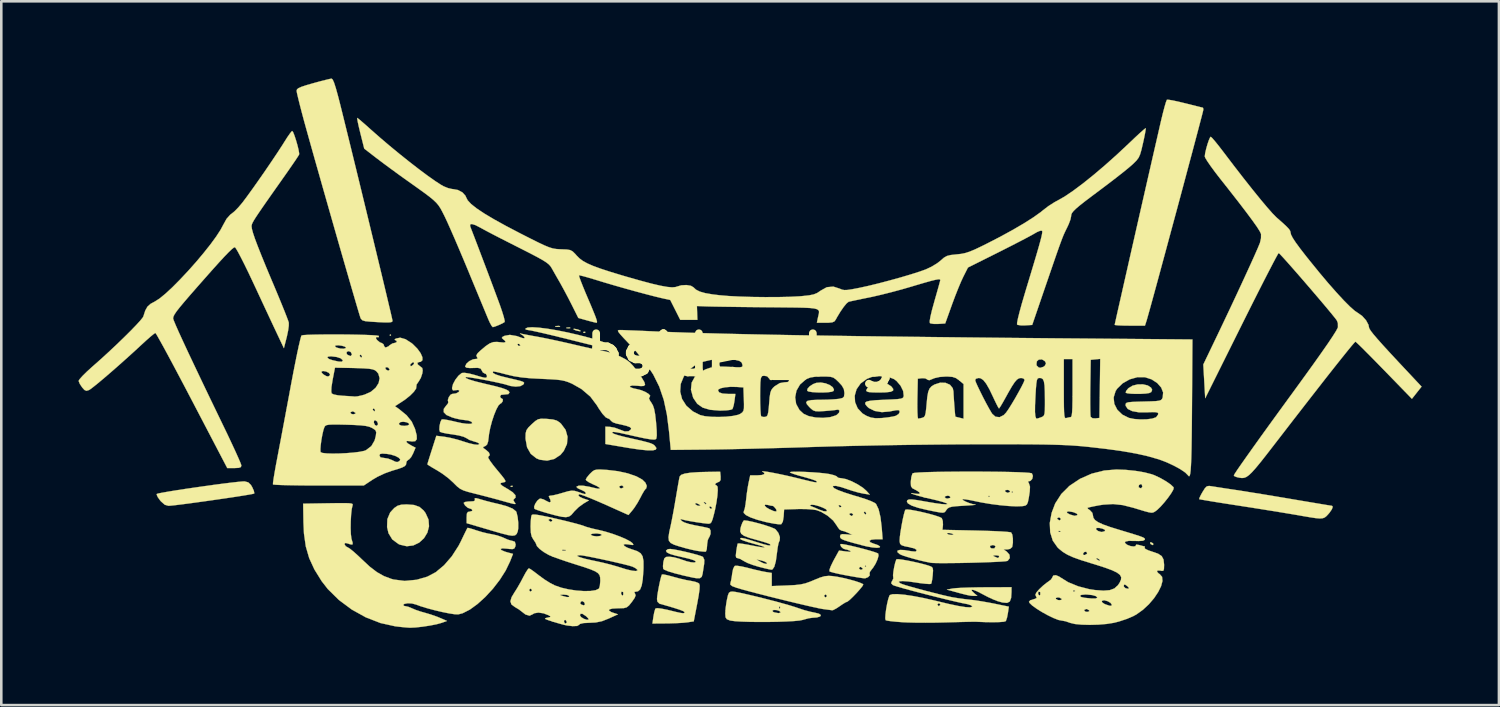
<source format=kicad_pcb>
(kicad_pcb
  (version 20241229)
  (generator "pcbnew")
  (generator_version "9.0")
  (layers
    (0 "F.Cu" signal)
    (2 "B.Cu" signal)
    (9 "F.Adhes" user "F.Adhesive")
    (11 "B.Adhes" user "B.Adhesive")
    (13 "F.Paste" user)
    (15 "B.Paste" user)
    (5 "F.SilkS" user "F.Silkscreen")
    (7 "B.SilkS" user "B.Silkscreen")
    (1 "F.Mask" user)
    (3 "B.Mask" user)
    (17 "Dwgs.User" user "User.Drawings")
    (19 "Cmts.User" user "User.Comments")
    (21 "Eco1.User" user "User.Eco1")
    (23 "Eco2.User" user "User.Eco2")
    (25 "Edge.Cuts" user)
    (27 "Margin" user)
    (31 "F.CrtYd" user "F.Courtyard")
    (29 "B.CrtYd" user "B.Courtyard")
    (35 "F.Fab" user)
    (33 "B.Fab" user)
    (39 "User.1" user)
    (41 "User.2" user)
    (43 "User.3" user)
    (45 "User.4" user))
  (footprint "bsides_logo"
    (layer "F.Cu")
    (at 26.421 10.729)
    (property "Reference" "bsides_logo" (at 0 0 0) (layer "F.SilkS") (effects (font (size 1.524 1.524) (thickness 0.3))))
    (attr through_hole)
    (fp_poly (pts (xy -14.28 -0.762) (xy -14.309 -0.734) (xy -14.337 -0.762) (xy -14.309 -0.79) (xy -14.28 -0.762)) (stroke (width 0.01) (type solid)) (fill yes) (layer "F.SilkS"))
    (fp_poly (pts (xy -9.558 5.099) (xy -9.566 5.132) (xy -9.596 5.136) (xy -9.642 5.116) (xy -9.633 5.099) (xy -9.566 5.092) (xy -9.558 5.099)) (stroke (width 0.01) (type solid)) (fill yes) (layer "F.SilkS"))
    (fp_poly (pts (xy -7.324 -1.053) (xy -7.317 -1.033) (xy -7.394 -1.025) (xy -7.474 -1.034) (xy -7.465 -1.053) (xy -7.349 -1.061) (xy -7.324 -1.053)) (stroke (width 0.01) (type solid)) (fill yes) (layer "F.SilkS"))
    (fp_poly (pts (xy -6.736 -0.884) (xy -6.743 -0.851) (xy -6.773 -0.847) (xy -6.82 -0.867) (xy -6.811 -0.884) (xy -6.744 -0.891) (xy -6.736 -0.884)) (stroke (width 0.01) (type solid)) (fill yes) (layer "F.SilkS"))
    (fp_poly (pts (xy -7.718 -1.109) (xy -7.716 -1.091) (xy -7.804 -1.083) (xy -7.818 -1.083) (xy -7.905 -1.092) (xy -7.897 -1.109) (xy -7.887 -1.112) (xy -7.764 -1.12) (xy -7.718 -1.109)) (stroke (width 0.01) (type solid)) (fill yes) (layer "F.SilkS"))
    (fp_poly (pts (xy -7.048 -0.986) (xy -6.971 -0.96) (xy -6.909 -0.922) (xy -6.943 -0.911) (xy -7.063 -0.933) (xy -7.14 -0.96) (xy -7.202 -0.997) (xy -7.168 -1.008) (xy -7.048 -0.986)) (stroke (width 0.01) (type solid)) (fill yes) (layer "F.SilkS"))
    (fp_poly (pts (xy 15.313 7.323) (xy 15.325 7.338) (xy 15.322 7.39) (xy 15.303 7.394) (xy 15.223 7.353) (xy 15.212 7.338) (xy 15.214 7.286) (xy 15.233 7.281) (xy 15.313 7.323)) (stroke (width 0.01) (type solid)) (fill yes) (layer "F.SilkS"))
    (fp_poly (pts (xy 2.595 1.111) (xy 2.758 1.176) (xy 2.877 1.262) (xy 2.924 1.356) (xy 2.909 1.408) (xy 2.836 1.439) (xy 2.683 1.459) (xy 2.484 1.468) (xy 2.271 1.465) (xy 2.078 1.452) (xy 1.938 1.429) (xy 1.885 1.402) (xy 1.895 1.324) (xy 1.98 1.229) (xy 2.112 1.142) (xy 2.237 1.094) (xy 2.412 1.08) (xy 2.595 1.111)) (stroke (width 0.01) (type solid)) (fill yes) (layer "F.SilkS"))
    (fp_poly (pts (xy 5.023 1.146) (xy 5.15 1.23) (xy 5.225 1.328) (xy 5.22 1.396) (xy 5.125 1.44) (xy 4.933 1.462) (xy 4.682 1.468) (xy 4.435 1.464) (xy 4.282 1.452) (xy 4.202 1.428) (xy 4.177 1.389) (xy 4.177 1.382) (xy 4.221 1.299) (xy 4.33 1.201) (xy 4.36 1.181) (xy 4.571 1.102) (xy 4.806 1.091) (xy 5.023 1.146)) (stroke (width 0.01) (type solid)) (fill yes) (layer "F.SilkS"))
    (fp_poly (pts (xy 15.112 1.193) (xy 15.242 1.279) (xy 15.285 1.363) (xy 15.251 1.449) (xy 15.172 1.488) (xy 15.036 1.509) (xy 14.849 1.52) (xy 14.644 1.522) (xy 14.454 1.514) (xy 14.314 1.498) (xy 14.257 1.476) (xy 14.273 1.409) (xy 14.353 1.31) (xy 14.363 1.3) (xy 14.524 1.202) (xy 14.723 1.153) (xy 14.929 1.151) (xy 15.112 1.193)) (stroke (width 0.01) (type solid)) (fill yes) (layer "F.SilkS"))
    (fp_poly (pts (xy -13.385 5.837) (xy -13.176 5.912) (xy -13.013 6.053) (xy -12.942 6.148) (xy -12.825 6.405) (xy -12.806 6.665) (xy -12.869 6.911) (xy -13.001 7.128) (xy -13.188 7.299) (xy -13.415 7.408) (xy -13.67 7.44) (xy -13.938 7.378) (xy -13.994 7.352) (xy -14.232 7.176) (xy -14.38 6.934) (xy -14.435 6.696) (xy -14.424 6.386) (xy -14.315 6.127) (xy -14.156 5.954) (xy -14.027 5.867) (xy -13.88 5.825) (xy -13.669 5.815) (xy -13.385 5.837)) (stroke (width 0.01) (type solid)) (fill yes) (layer "F.SilkS"))
    (fp_poly (pts (xy -8.281 2.49) (xy -8.209 2.494) (xy -7.992 2.516) (xy -7.846 2.557) (xy -7.729 2.633) (xy -7.677 2.681) (xy -7.5 2.92) (xy -7.424 3.19) (xy -7.447 3.468) (xy -7.57 3.735) (xy -7.7 3.891) (xy -7.941 4.05) (xy -8.218 4.114) (xy -8.502 4.079) (xy -8.634 4.025) (xy -8.855 3.849) (xy -8.997 3.597) (xy -9.055 3.277) (xy -9.057 3.231) (xy -9.052 3.054) (xy -9.021 2.933) (xy -8.943 2.824) (xy -8.815 2.699) (xy -8.677 2.576) (xy -8.572 2.51) (xy -8.454 2.486) (xy -8.281 2.49)) (stroke (width 0.01) (type solid)) (fill yes) (layer "F.SilkS"))
    (fp_poly (pts (xy 9.821 9.215) (xy 9.806 9.447) (xy 9.755 9.586) (xy 9.649 9.641) (xy 9.472 9.625) (xy 9.283 9.573) (xy 9.117 9.508) (xy 8.9 9.408) (xy 8.685 9.295) (xy 8.485 9.192) (xy 8.344 9.137) (xy 8.273 9.131) (xy 8.281 9.175) (xy 8.37 9.262) (xy 8.495 9.366) (xy 8.354 9.368) (xy 8.276 9.365) (xy 8.184 9.353) (xy 8.057 9.325) (xy 7.87 9.278) (xy 7.601 9.205) (xy 7.564 9.194) (xy 7.31 9.125) (xy 7.535 9.081) (xy 7.665 9.067) (xy 7.884 9.054) (xy 8.17 9.044) (xy 8.498 9.037) (xy 8.791 9.034) (xy 9.821 9.031) (xy 9.821 9.215)) (stroke (width 0.01) (type solid)) (fill yes) (layer "F.SilkS"))
    (fp_poly (pts (xy -8.535 -1.051) (xy -8.212 -1.011) (xy -7.84 -0.949) (xy -7.432 -0.867) (xy -7.005 -0.769) (xy -6.571 -0.656) (xy -6.148 -0.531) (xy -6.145 -0.53) (xy -5.904 -0.445) (xy -5.729 -0.366) (xy -5.63 -0.299) (xy -5.615 -0.251) (xy -5.695 -0.231) (xy -5.736 -0.231) (xy -5.884 -0.246) (xy -6.085 -0.281) (xy -6.209 -0.308) (xy -6.359 -0.343) (xy -6.596 -0.401) (xy -6.898 -0.476) (xy -7.244 -0.562) (xy -7.61 -0.653) (xy -7.676 -0.669) (xy -8.029 -0.756) (xy -8.351 -0.832) (xy -8.624 -0.894) (xy -8.829 -0.938) (xy -8.948 -0.958) (xy -8.964 -0.959) (xy -9.051 -0.979) (xy -9.059 -1.016) (xy -8.973 -1.056) (xy -8.794 -1.067) (xy -8.535 -1.051)) (stroke (width 0.01) (type solid)) (fill yes) (layer "F.SilkS"))
    (fp_poly (pts (xy -19.827 4.959) (xy -19.725 5.058) (xy -19.672 5.147) (xy -19.611 5.284) (xy -19.592 5.378) (xy -19.598 5.393) (xy -19.661 5.409) (xy -19.818 5.438) (xy -20.054 5.477) (xy -20.35 5.523) (xy -20.69 5.574) (xy -21.056 5.627) (xy -21.433 5.681) (xy -21.802 5.732) (xy -22.146 5.779) (xy -22.45 5.818) (xy -22.694 5.848) (xy -22.864 5.865) (xy -22.926 5.869) (xy -23.069 5.829) (xy -23.219 5.697) (xy -23.25 5.661) (xy -23.343 5.531) (xy -23.385 5.435) (xy -23.381 5.409) (xy -23.314 5.388) (xy -23.151 5.356) (xy -22.911 5.314) (xy -22.61 5.265) (xy -22.264 5.212) (xy -21.892 5.158) (xy -21.51 5.103) (xy -21.135 5.051) (xy -20.784 5.005) (xy -20.473 4.967) (xy -20.221 4.939) (xy -20.045 4.923) (xy -19.967 4.921) (xy -19.827 4.959)) (stroke (width 0.01) (type solid)) (fill yes) (layer "F.SilkS"))
    (fp_poly (pts (xy -10.854 5.603) (xy -10.792 5.622) (xy -10.592 5.679) (xy -10.342 5.743) (xy -10.139 5.79) (xy -9.795 5.881) (xy -9.557 5.979) (xy -9.427 6.083) (xy -9.409 6.115) (xy -9.364 6.3) (xy -9.339 6.528) (xy -9.34 6.744) (xy -9.358 6.858) (xy -9.399 6.959) (xy -9.465 7.016) (xy -9.575 7.031) (xy -9.747 7.005) (xy -10.001 6.939) (xy -10.104 6.91) (xy -10.384 6.828) (xy -10.681 6.74) (xy -10.936 6.665) (xy -10.964 6.657) (xy -11.345 6.544) (xy -11.345 6.32) (xy -11.336 6.173) (xy -11.297 6.108) (xy -11.232 6.096) (xy -11.141 6.072) (xy -11.12 6.04) (xy -11.165 5.989) (xy -11.2 5.983) (xy -11.303 5.944) (xy -11.406 5.855) (xy -11.458 5.762) (xy -11.458 5.753) (xy -11.408 5.721) (xy -11.282 5.702) (xy -11.226 5.701) (xy -11.078 5.692) (xy -11.022 5.659) (xy -11.026 5.62) (xy -11.03 5.576) (xy -10.98 5.57) (xy -10.854 5.603)) (stroke (width 0.01) (type solid)) (fill yes) (layer "F.SilkS"))
    (fp_poly (pts (xy -3.284 7.565) (xy -3.072 7.606) (xy -2.832 7.659) (xy -2.591 7.718) (xy -2.379 7.775) (xy -2.226 7.825) (xy -2.163 7.854) (xy -2.111 7.969) (xy -2.118 8.122) (xy -2.149 8.321) (xy -2.178 8.509) (xy -2.212 8.627) (xy -2.284 8.681) (xy -2.419 8.682) (xy -2.568 8.656) (xy -2.949 8.571) (xy -3.265 8.49) (xy -3.506 8.418) (xy -3.658 8.357) (xy -3.708 8.318) (xy -3.718 8.212) (xy -3.704 8.059) (xy -3.701 8.043) (xy -3.664 7.91) (xy -3.597 7.856) (xy -3.471 7.846) (xy -3.304 7.867) (xy -3.097 7.921) (xy -2.992 7.959) (xy -2.803 8.022) (xy -2.634 8.061) (xy -2.507 8.072) (xy -2.446 8.054) (xy -2.462 8.014) (xy -2.543 7.975) (xy -2.701 7.926) (xy -2.905 7.877) (xy -2.921 7.873) (xy -3.234 7.802) (xy -3.445 7.739) (xy -3.564 7.68) (xy -3.6 7.622) (xy -3.597 7.606) (xy -3.529 7.555) (xy -3.438 7.545) (xy -3.284 7.565)) (stroke (width 0.01) (type solid)) (fill yes) (layer "F.SilkS"))
    (fp_poly (pts (xy -3.692 8.536) (xy -3.549 8.565) (xy -3.355 8.616) (xy -3.317 8.627) (xy -3.071 8.694) (xy -2.826 8.751) (xy -2.639 8.784) (xy -2.468 8.82) (xy -2.343 8.869) (xy -2.312 8.892) (xy -2.292 8.967) (xy -2.298 9.118) (xy -2.332 9.357) (xy -2.387 9.661) (xy -2.522 10.358) (xy -2.771 10.396) (xy -2.939 10.413) (xy -3.18 10.427) (xy -3.451 10.436) (xy -3.574 10.438) (xy -4.127 10.442) (xy -4.089 10.174) (xy -4.057 10.005) (xy -4.021 9.884) (xy -4.004 9.856) (xy -3.93 9.845) (xy -3.771 9.864) (xy -3.552 9.908) (xy -3.477 9.926) (xy -3.213 9.991) (xy -3.04 10.029) (xy -2.939 10.042) (xy -2.892 10.033) (xy -2.879 10.003) (xy -2.879 9.999) (xy -2.926 9.962) (xy -3.07 9.905) (xy -3.315 9.826) (xy -3.665 9.724) (xy -3.852 9.672) (xy -3.933 9.595) (xy -3.95 9.493) (xy -3.939 9.368) (xy -3.91 9.186) (xy -3.871 8.978) (xy -3.829 8.779) (xy -3.789 8.622) (xy -3.759 8.538) (xy -3.756 8.535) (xy -3.692 8.536)) (stroke (width 0.01) (type solid)) (fill yes) (layer "F.SilkS"))
    (fp_poly (pts (xy 17.572 5.107) (xy 17.694 5.126) (xy 17.901 5.158) (xy 18.165 5.199) (xy 18.46 5.243) (xy 18.514 5.251) (xy 18.788 5.294) (xy 19.146 5.351) (xy 19.564 5.418) (xy 20.015 5.493) (xy 20.472 5.569) (xy 20.761 5.618) (xy 21.156 5.685) (xy 21.513 5.745) (xy 21.818 5.796) (xy 22.056 5.836) (xy 22.212 5.861) (xy 22.271 5.87) (xy 22.3 5.908) (xy 22.265 6.005) (xy 22.176 6.135) (xy 22.125 6.195) (xy 22.055 6.27) (xy 21.989 6.322) (xy 21.911 6.352) (xy 21.801 6.361) (xy 21.642 6.348) (xy 21.416 6.314) (xy 21.104 6.261) (xy 20.941 6.232) (xy 20.67 6.186) (xy 20.313 6.127) (xy 19.895 6.059) (xy 19.442 5.986) (xy 18.981 5.914) (xy 18.655 5.863) (xy 18.254 5.801) (xy 17.891 5.744) (xy 17.581 5.694) (xy 17.338 5.653) (xy 17.176 5.625) (xy 17.11 5.611) (xy 17.11 5.611) (xy 17.124 5.557) (xy 17.183 5.437) (xy 17.24 5.335) (xy 17.335 5.184) (xy 17.41 5.112) (xy 17.497 5.097) (xy 17.572 5.107)) (stroke (width 0.01) (type solid)) (fill yes) (layer "F.SilkS"))
    (fp_poly (pts (xy 3.393 7.381) (xy 3.599 7.425) (xy 3.838 7.482) (xy 4.085 7.546) (xy 4.313 7.609) (xy 4.5 7.666) (xy 4.618 7.71) (xy 4.644 7.726) (xy 4.655 7.808) (xy 4.617 7.948) (xy 4.543 8.114) (xy 4.447 8.269) (xy 4.39 8.339) (xy 4.318 8.438) (xy 4.307 8.502) (xy 4.308 8.504) (xy 4.315 8.571) (xy 4.249 8.641) (xy 4.144 8.683) (xy 4.099 8.685) (xy 3.995 8.672) (xy 3.81 8.643) (xy 3.572 8.602) (xy 3.387 8.569) (xy 3.139 8.52) (xy 2.933 8.473) (xy 2.794 8.434) (xy 2.748 8.414) (xy 2.752 8.347) (xy 2.77 8.297) (xy 3.895 8.297) (xy 3.941 8.347) (xy 3.983 8.354) (xy 4.041 8.326) (xy 4.036 8.297) (xy 3.964 8.243) (xy 3.948 8.241) (xy 3.896 8.284) (xy 3.895 8.297) (xy 2.77 8.297) (xy 2.802 8.213) (xy 4.12 8.213) (xy 4.149 8.241) (xy 4.177 8.213) (xy 4.149 8.184) (xy 4.12 8.213) (xy 2.802 8.213) (xy 2.803 8.21) (xy 2.89 8.03) (xy 2.912 7.988) (xy 3.122 7.607) (xy 3.381 7.641) (xy 3.533 7.655) (xy 3.578 7.642) (xy 3.556 7.62) (xy 3.431 7.571) (xy 3.379 7.564) (xy 3.283 7.531) (xy 3.202 7.458) (xy 3.169 7.381) (xy 3.181 7.356) (xy 3.245 7.356) (xy 3.393 7.381)) (stroke (width 0.01) (type solid)) (fill yes) (layer "F.SilkS"))
    (fp_poly (pts (xy -0.896 9.215) (xy -0.691 9.255) (xy -0.42 9.316) (xy -0.103 9.391) (xy 0.238 9.476) (xy 0.583 9.565) (xy 0.91 9.654) (xy 1.2 9.736) (xy 1.43 9.807) (xy 1.534 9.843) (xy 1.769 9.921) (xy 2.009 9.985) (xy 2.159 10.015) (xy 2.34 10.059) (xy 2.415 10.114) (xy 2.387 10.168) (xy 2.26 10.206) (xy 2.098 10.217) (xy 1.947 10.237) (xy 1.762 10.286) (xy 1.722 10.299) (xy 1.592 10.325) (xy 1.372 10.346) (xy 1.081 10.362) (xy 0.743 10.374) (xy 0.379 10.38) (xy 0.01 10.381) (xy -0.343 10.377) (xy -0.656 10.367) (xy -0.91 10.352) (xy -1.082 10.33) (xy -1.115 10.323) (xy -1.236 10.275) (xy -1.288 10.199) (xy -1.298 10.055) (xy -1.291 9.938) (xy 0.534 9.938) (xy 0.555 9.986) (xy 0.606 10.008) (xy 0.768 10.039) (xy 0.84 10.02) (xy 0.847 9.997) (xy 0.799 9.951) (xy 0.694 9.919) (xy 0.587 9.914) (xy 0.534 9.938) (xy -1.291 9.938) (xy -1.287 9.874) (xy -1.28 9.821) (xy 0.79 9.821) (xy 0.811 9.868) (xy 0.828 9.859) (xy 0.835 9.792) (xy 0.828 9.784) (xy 0.794 9.791) (xy 0.79 9.821) (xy -1.28 9.821) (xy -1.257 9.648) (xy -1.234 9.52) (xy -1.193 9.34) (xy -1.152 9.244) (xy -1.091 9.206) (xy -1.013 9.2) (xy -0.896 9.215)) (stroke (width 0.01) (type solid)) (fill yes) (layer "F.SilkS"))
    (fp_poly (pts (xy 15.93 -9.903) (xy 16.086 -9.877) (xy 16.305 -9.83) (xy 16.565 -9.767) (xy 16.575 -9.765) (xy 16.833 -9.7) (xy 17.047 -9.647) (xy 17.195 -9.61) (xy 17.257 -9.596) (xy 17.258 -9.596) (xy 17.271 -9.55) (xy 17.272 -9.515) (xy 17.258 -9.452) (xy 17.217 -9.29) (xy 17.151 -9.039) (xy 17.065 -8.711) (xy 16.96 -8.316) (xy 16.84 -7.863) (xy 16.706 -7.364) (xy 16.563 -6.828) (xy 16.413 -6.267) (xy 16.258 -5.69) (xy 16.101 -5.109) (xy 15.945 -4.532) (xy 15.794 -3.971) (xy 15.649 -3.437) (xy 15.514 -2.938) (xy 15.391 -2.487) (xy 15.283 -2.093) (xy 15.193 -1.766) (xy 15.123 -1.518) (xy 15.078 -1.358) (xy 15.064 -1.312) (xy 15.005 -1.129) (xy 14.417 -1.129) (xy 14.175 -1.132) (xy 13.981 -1.139) (xy 13.859 -1.151) (xy 13.829 -1.161) (xy 13.841 -1.219) (xy 13.876 -1.377) (xy 13.931 -1.624) (xy 14.005 -1.95) (xy 14.094 -2.344) (xy 14.196 -2.796) (xy 14.309 -3.294) (xy 14.43 -3.83) (xy 14.558 -4.392) (xy 14.689 -4.97) (xy 14.822 -5.554) (xy 14.954 -6.132) (xy 15.082 -6.695) (xy 15.205 -7.232) (xy 15.319 -7.732) (xy 15.423 -8.185) (xy 15.514 -8.581) (xy 15.589 -8.91) (xy 15.64 -9.13) (xy 15.707 -9.405) (xy 15.769 -9.639) (xy 15.82 -9.811) (xy 15.855 -9.899) (xy 15.86 -9.906) (xy 15.93 -9.903)) (stroke (width 0.01) (type solid)) (fill yes) (layer "F.SilkS"))
    (fp_poly (pts (xy -16.547 -10.686) (xy -16.493 -10.566) (xy -16.426 -10.357) (xy -16.341 -10.051) (xy -16.264 -9.751) (xy -16.166 -9.357) (xy -16.054 -8.902) (xy -15.929 -8.395) (xy -15.794 -7.846) (xy -15.652 -7.265) (xy -15.505 -6.662) (xy -15.356 -6.048) (xy -15.206 -5.431) (xy -15.059 -4.822) (xy -14.916 -4.23) (xy -14.78 -3.666) (xy -14.653 -3.14) (xy -14.538 -2.661) (xy -14.438 -2.24) (xy -14.354 -1.885) (xy -14.288 -1.608) (xy -14.245 -1.418) (xy -14.225 -1.326) (xy -14.224 -1.319) (xy -14.235 -1.285) (xy -14.28 -1.264) (xy -14.373 -1.254) (xy -14.532 -1.254) (xy -14.772 -1.265) (xy -15.087 -1.284) (xy -15.281 -1.303) (xy -15.393 -1.337) (xy -15.453 -1.399) (xy -15.467 -1.428) (xy -15.492 -1.506) (xy -15.545 -1.681) (xy -15.623 -1.944) (xy -15.722 -2.283) (xy -15.84 -2.688) (xy -15.973 -3.148) (xy -16.119 -3.653) (xy -16.274 -4.191) (xy -16.435 -4.753) (xy -16.599 -5.327) (xy -16.763 -5.903) (xy -16.925 -6.47) (xy -17.08 -7.018) (xy -17.227 -7.535) (xy -17.361 -8.011) (xy -17.48 -8.435) (xy -17.581 -8.798) (xy -17.661 -9.087) (xy -17.663 -9.094) (xy -17.752 -9.428) (xy -17.83 -9.73) (xy -17.892 -9.981) (xy -17.934 -10.162) (xy -17.949 -10.254) (xy -17.949 -10.256) (xy -17.933 -10.308) (xy -17.874 -10.357) (xy -17.755 -10.409) (xy -17.558 -10.474) (xy -17.309 -10.545) (xy -17.05 -10.616) (xy -16.827 -10.673) (xy -16.664 -10.712) (xy -16.588 -10.724) (xy -16.547 -10.686)) (stroke (width 0.01) (type solid)) (fill yes) (layer "F.SilkS"))
    (fp_poly (pts (xy -0.663 8.225) (xy -0.453 8.272) (xy -0.405 8.285) (xy -0.16 8.347) (xy 0.077 8.402) (xy 0.258 8.437) (xy 0.268 8.439) (xy 0.508 8.477) (xy 0.508 8.987) (xy 1.115 8.963) (xy 1.408 8.948) (xy 1.628 8.923) (xy 1.813 8.882) (xy 2.002 8.815) (xy 2.145 8.755) (xy 2.383 8.657) (xy 2.562 8.605) (xy 2.721 8.59) (xy 2.857 8.598) (xy 3.055 8.626) (xy 3.287 8.673) (xy 3.527 8.731) (xy 3.75 8.793) (xy 3.929 8.853) (xy 4.04 8.903) (xy 4.064 8.928) (xy 4.027 8.994) (xy 3.932 9.111) (xy 3.804 9.255) (xy 3.665 9.399) (xy 3.541 9.518) (xy 3.454 9.588) (xy 3.434 9.596) (xy 3.364 9.626) (xy 3.238 9.705) (xy 3.152 9.765) (xy 3.006 9.861) (xy 2.893 9.919) (xy 2.856 9.927) (xy 2.769 9.915) (xy 2.61 9.894) (xy 2.484 9.877) (xy 2.343 9.851) (xy 2.112 9.801) (xy 1.811 9.732) (xy 1.458 9.649) (xy 1.072 9.556) (xy 0.672 9.457) (xy 0.324 9.37) (xy 2.54 9.37) (xy 2.583 9.425) (xy 2.596 9.426) (xy 2.651 9.383) (xy 2.653 9.37) (xy 2.61 9.315) (xy 2.596 9.313) (xy 2.542 9.356) (xy 2.54 9.37) (xy 0.324 9.37) (xy 0.279 9.358) (xy -0.09 9.264) (xy -0.415 9.179) (xy -0.676 9.107) (xy -0.856 9.054) (xy -0.865 9.051) (xy -1.027 8.99) (xy -1.099 8.934) (xy -1.098 8.87) (xy -1.069 8.76) (xy -1.04 8.589) (xy -1.03 8.504) (xy -0.994 8.322) (xy -0.94 8.215) (xy -0.919 8.2) (xy -0.829 8.199) (xy -0.663 8.225)) (stroke (width 0.01) (type solid)) (fill yes) (layer "F.SilkS"))
    (fp_poly (pts (xy -0.426 6.451) (xy -0.222 6.494) (xy 0.014 6.555) (xy 0.252 6.624) (xy 0.461 6.694) (xy 0.61 6.755) (xy 0.658 6.785) (xy 0.767 6.926) (xy 0.824 7.084) (xy 0.816 7.216) (xy 0.8 7.244) (xy 0.769 7.331) (xy 0.737 7.494) (xy 0.711 7.691) (xy 0.667 8.019) (xy 0.608 8.235) (xy 0.536 8.34) (xy 0.495 8.351) (xy 0.409 8.336) (xy 0.246 8.299) (xy 0.039 8.247) (xy 0 8.237) (xy -0.228 8.168) (xy -0.431 8.091) (xy -0.569 8.02) (xy -0.576 8.015) (xy -0.682 7.952) (xy -0.085 7.952) (xy 0.056 8.038) (xy 0.176 8.097) (xy 0.276 8.125) (xy 0.328 8.118) (xy 0.308 8.076) (xy 0.217 8.027) (xy 0.085 7.988) (xy -0.085 7.952) (xy -0.682 7.952) (xy -0.708 7.936) (xy -0.817 7.902) (xy -0.82 7.902) (xy -0.872 7.884) (xy -0.889 7.814) (xy -0.875 7.663) (xy -0.871 7.634) (xy -0.845 7.47) (xy -0.822 7.358) (xy -0.814 7.334) (xy -0.755 7.33) (xy -0.611 7.348) (xy -0.409 7.382) (xy -0.299 7.404) (xy -0.021 7.457) (xy 0.157 7.484) (xy 0.232 7.485) (xy 0.203 7.462) (xy 0.067 7.415) (xy -0.178 7.346) (xy -0.188 7.343) (xy -0.409 7.281) (xy -0.586 7.222) (xy -0.692 7.177) (xy -0.709 7.163) (xy -0.714 7.125) (xy -0.655 7.118) (xy -0.522 7.145) (xy -0.302 7.209) (xy -0.085 7.277) (xy 0.19 7.362) (xy 0.366 7.406) (xy 0.451 7.41) (xy 0.45 7.376) (xy 0.434 7.357) (xy 0.366 7.327) (xy 0.215 7.278) (xy 0.01 7.218) (xy -0.095 7.189) (xy -0.38 7.108) (xy -0.569 7.035) (xy -0.677 6.958) (xy -0.717 6.863) (xy -0.705 6.739) (xy -0.685 6.663) (xy -0.632 6.522) (xy -0.581 6.442) (xy -0.566 6.435) (xy -0.426 6.451)) (stroke (width 0.01) (type solid)) (fill yes) (layer "F.SilkS"))
    (fp_poly (pts (xy -1.478 4.731) (xy -1.48 4.868) (xy -1.532 4.934) (xy -1.577 4.95) (xy -1.668 4.996) (xy -1.692 5.051) (xy -1.637 5.08) (xy -1.629 5.08) (xy -1.596 5.131) (xy -1.589 5.271) (xy -1.604 5.48) (xy -1.64 5.735) (xy -1.695 6.016) (xy -1.734 6.181) (xy -1.789 6.386) (xy -1.835 6.503) (xy -1.885 6.555) (xy -1.953 6.565) (xy -1.976 6.564) (xy -2.17 6.542) (xy -2.406 6.508) (xy -2.643 6.469) (xy -2.84 6.432) (xy -2.937 6.408) (xy -3.031 6.385) (xy -3.031 6.411) (xy -2.987 6.46) (xy -2.886 6.516) (xy -2.702 6.576) (xy -2.464 6.629) (xy -2.432 6.635) (xy -2.211 6.676) (xy -2.034 6.714) (xy -1.928 6.742) (xy -1.914 6.748) (xy -1.869 6.832) (xy -1.87 6.962) (xy -1.915 7.081) (xy -1.933 7.104) (xy -1.978 7.202) (xy -2.002 7.359) (xy -2.004 7.406) (xy -2.016 7.553) (xy -2.047 7.641) (xy -2.06 7.65) (xy -2.145 7.649) (xy -2.299 7.632) (xy -2.399 7.617) (xy -2.6 7.576) (xy -2.853 7.513) (xy -3.09 7.445) (xy -3.292 7.378) (xy -3.422 7.311) (xy -3.489 7.222) (xy -3.503 7.088) (xy -3.473 6.886) (xy -3.419 6.644) (xy -3.379 6.449) (xy -3.327 6.179) (xy -3.28 5.923) (xy -1.919 5.923) (xy -1.878 5.981) (xy -1.863 5.983) (xy -1.808 5.964) (xy -1.806 5.958) (xy -1.846 5.91) (xy -1.863 5.898) (xy -1.915 5.903) (xy -1.919 5.923) (xy -3.28 5.923) (xy -3.271 5.869) (xy -3.254 5.772) (xy -2.467 5.772) (xy -2.455 5.814) (xy -2.375 5.863) (xy -2.325 5.869) (xy -2.262 5.86) (xy -2.303 5.821) (xy -2.314 5.814) (xy -2.418 5.764) (xy -2.467 5.772) (xy -3.254 5.772) (xy -3.245 5.717) (xy -2.136 5.717) (xy -2.122 5.749) (xy -2.065 5.809) (xy -2.033 5.797) (xy -2.032 5.789) (xy -2.072 5.741) (xy -2.097 5.724) (xy -2.136 5.717) (xy -3.245 5.717) (xy -3.218 5.56) (xy -3.17 5.278) (xy -3.127 5.031) (xy -3.093 4.844) (xy -3.072 4.74) (xy -3.07 4.733) (xy -3.011 4.667) (xy -2.871 4.617) (xy -2.642 4.582) (xy -2.314 4.56) (xy -2.032 4.553) (xy -1.496 4.544) (xy -1.478 4.731)) (stroke (width 0.01) (type solid)) (fill yes) (layer "F.SilkS"))
    (fp_poly (pts (xy -5.91 4.474) (xy -5.881 4.475) (xy -5.465 4.525) (xy -5.078 4.611) (xy -4.748 4.726) (xy -4.521 4.851) (xy -4.399 4.971) (xy -4.346 5.097) (xy -4.371 5.197) (xy -4.396 5.217) (xy -4.445 5.281) (xy -4.524 5.415) (xy -4.591 5.545) (xy -4.704 5.751) (xy -4.832 5.948) (xy -4.897 6.034) (xy -5.058 6.226) (xy -5.817 5.886) (xy -6.208 5.713) (xy -6.529 5.577) (xy -6.773 5.481) (xy -6.93 5.428) (xy -6.979 5.419) (xy -6.999 5.462) (xy -6.999 5.471) (xy -6.951 5.52) (xy -6.832 5.577) (xy -6.796 5.59) (xy -6.593 5.657) (xy -6.816 5.79) (xy -6.997 5.924) (xy -7.162 6.086) (xy -7.192 6.123) (xy -7.279 6.224) (xy -7.369 6.286) (xy -7.484 6.31) (xy -7.644 6.297) (xy -7.871 6.247) (xy -8.156 6.17) (xy -8.383 6.104) (xy -8.569 6.044) (xy -8.687 5.998) (xy -8.711 5.984) (xy -8.724 5.905) (xy -8.679 5.788) (xy -8.601 5.672) (xy -8.513 5.597) (xy -8.478 5.588) (xy -8.359 5.619) (xy -8.25 5.678) (xy -8.131 5.736) (xy -8.076 5.711) (xy -8.099 5.616) (xy -8.117 5.585) (xy -8.155 5.502) (xy -8.112 5.476) (xy -8.078 5.475) (xy -7.971 5.459) (xy -7.795 5.417) (xy -7.605 5.362) (xy -7.401 5.303) (xy -7.261 5.28) (xy -7.144 5.29) (xy -7.007 5.331) (xy -6.999 5.334) (xy -6.836 5.391) (xy -6.752 5.413) (xy -6.721 5.404) (xy -6.717 5.366) (xy -6.765 5.314) (xy -6.882 5.254) (xy -6.911 5.243) (xy -7.03 5.186) (xy -7.079 5.135) (xy -7.077 5.126) (xy -6.991 5.087) (xy -6.818 5.088) (xy -6.577 5.129) (xy -6.449 5.16) (xy -6.257 5.202) (xy -6.169 5.201) (xy -6.184 5.163) (xy -6.229 5.136) (xy -5.419 5.136) (xy -5.373 5.187) (xy -5.334 5.193) (xy -5.259 5.162) (xy -5.249 5.136) (xy -5.295 5.086) (xy -5.334 5.08) (xy -5.409 5.11) (xy -5.419 5.136) (xy -6.229 5.136) (xy -6.303 5.093) (xy -6.435 5.034) (xy -6.591 4.958) (xy -6.694 4.888) (xy -6.717 4.853) (xy -6.68 4.777) (xy -6.587 4.661) (xy -6.544 4.616) (xy -6.457 4.533) (xy -6.38 4.484) (xy -6.283 4.462) (xy -6.136 4.46) (xy -5.91 4.474)) (stroke (width 0.01) (type solid)) (fill yes) (layer "F.SilkS"))
    (fp_poly (pts (xy 5.926 6.029) (xy 6.136 6.068) (xy 6.376 6.12) (xy 6.618 6.179) (xy 6.839 6.241) (xy 7.01 6.298) (xy 7.106 6.344) (xy 7.113 6.351) (xy 7.152 6.458) (xy 7.159 6.61) (xy 7.158 6.615) (xy 7.14 6.802) (xy 8.438 6.83) (xy 8.813 6.84) (xy 9.151 6.852) (xy 9.436 6.866) (xy 9.652 6.881) (xy 9.78 6.896) (xy 9.807 6.904) (xy 9.851 6.986) (xy 9.874 7.136) (xy 9.875 7.308) (xy 9.85 7.457) (xy 9.844 7.474) (xy 9.766 7.542) (xy 9.662 7.564) (xy 9.514 7.564) (xy 9.639 7.651) (xy 9.742 7.77) (xy 9.755 7.898) (xy 9.676 8.002) (xy 9.661 8.01) (xy 9.583 8.024) (xy 9.412 8.037) (xy 9.165 8.05) (xy 8.861 8.062) (xy 8.52 8.073) (xy 8.161 8.083) (xy 7.801 8.09) (xy 7.461 8.094) (xy 7.158 8.096) (xy 6.912 8.094) (xy 6.742 8.088) (xy 6.683 8.082) (xy 6.473 8.04) (xy 6.226 7.982) (xy 5.971 7.914) (xy 5.741 7.846) (xy 5.607 7.8) (xy 9.116 7.8) (xy 9.118 7.82) (xy 9.172 7.846) (xy 9.266 7.886) (xy 9.296 7.898) (xy 9.33 7.864) (xy 9.342 7.846) (xy 9.321 7.806) (xy 9.218 7.793) (xy 9.116 7.8) (xy 5.607 7.8) (xy 5.565 7.786) (xy 5.483 7.749) (xy 5.389 7.667) (xy 5.395 7.609) (xy 5.49 7.582) (xy 5.663 7.589) (xy 5.768 7.607) (xy 5.943 7.635) (xy 6.071 7.645) (xy 6.111 7.639) (xy 6.137 7.586) (xy 6.064 7.532) (xy 5.907 7.486) (xy 5.885 7.482) (xy 5.871 7.479) (xy 8.983 7.479) (xy 9.045 7.523) (xy 9.152 7.525) (xy 9.2 7.453) (xy 9.2 7.447) (xy 9.153 7.404) (xy 9.088 7.394) (xy 8.993 7.422) (xy 8.983 7.479) (xy 5.871 7.479) (xy 5.674 7.441) (xy 5.552 7.4) (xy 5.493 7.344) (xy 5.476 7.257) (xy 5.475 7.211) (xy 5.485 7.065) (xy 5.501 6.951) (xy 7.315 6.951) (xy 7.377 6.984) (xy 7.475 7) (xy 7.551 6.992) (xy 7.564 6.977) (xy 7.516 6.952) (xy 7.424 6.929) (xy 7.331 6.925) (xy 7.315 6.951) (xy 5.501 6.951) (xy 5.513 6.861) (xy 5.552 6.628) (xy 5.596 6.398) (xy 5.641 6.2) (xy 5.68 6.063) (xy 5.7 6.02) (xy 5.772 6.012) (xy 5.926 6.029)) (stroke (width 0.01) (type solid)) (fill yes) (layer "F.SilkS"))
    (fp_poly (pts (xy 5.571 7.96) (xy 5.778 7.995) (xy 6.015 8.043) (xy 6.256 8.098) (xy 6.474 8.155) (xy 6.596 8.191) (xy 6.705 8.232) (xy 6.759 8.284) (xy 6.773 8.381) (xy 6.761 8.556) (xy 6.761 8.558) (xy 6.74 8.734) (xy 6.714 8.862) (xy 6.697 8.9) (xy 6.629 8.908) (xy 6.475 8.897) (xy 6.259 8.872) (xy 6.083 8.845) (xy 5.806 8.807) (xy 5.6 8.792) (xy 5.475 8.8) (xy 5.438 8.828) (xy 5.499 8.877) (xy 5.571 8.909) (xy 5.698 8.952) (xy 5.91 9.014) (xy 6.181 9.089) (xy 6.485 9.171) (xy 6.798 9.251) (xy 7.093 9.325) (xy 7.346 9.384) (xy 7.507 9.419) (xy 7.743 9.458) (xy 8.016 9.495) (xy 8.184 9.513) (xy 8.404 9.54) (xy 8.688 9.584) (xy 8.99 9.638) (xy 9.135 9.666) (xy 9.718 9.786) (xy 9.68 10.043) (xy 9.648 10.209) (xy 9.609 10.327) (xy 9.594 10.352) (xy 9.517 10.373) (xy 9.35 10.386) (xy 9.112 10.391) (xy 8.826 10.388) (xy 8.513 10.376) (xy 8.453 10.373) (xy 8.357 10.372) (xy 8.169 10.375) (xy 7.91 10.381) (xy 7.599 10.389) (xy 7.281 10.398) (xy 6.892 10.407) (xy 6.487 10.41) (xy 6.103 10.408) (xy 5.773 10.4) (xy 5.605 10.392) (xy 5.348 10.373) (xy 5.133 10.351) (xy 4.986 10.329) (xy 4.931 10.312) (xy 4.917 10.236) (xy 4.926 10.084) (xy 4.951 9.888) (xy 4.983 9.708) (xy 6.943 9.708) (xy 6.986 9.763) (xy 6.999 9.765) (xy 7.054 9.722) (xy 7.056 9.708) (xy 7.013 9.654) (xy 6.999 9.652) (xy 6.944 9.695) (xy 6.943 9.708) (xy 4.983 9.708) (xy 4.988 9.681) (xy 5.031 9.498) (xy 5.074 9.37) (xy 5.095 9.335) (xy 5.199 9.303) (xy 5.396 9.3) (xy 5.673 9.325) (xy 6.014 9.376) (xy 6.405 9.451) (xy 6.832 9.548) (xy 6.912 9.568) (xy 7.379 9.68) (xy 7.754 9.759) (xy 8.034 9.804) (xy 8.215 9.814) (xy 8.294 9.79) (xy 8.297 9.779) (xy 8.248 9.733) (xy 8.125 9.692) (xy 8.086 9.684) (xy 7.903 9.648) (xy 7.65 9.591) (xy 7.345 9.519) (xy 7.007 9.436) (xy 6.652 9.347) (xy 6.3 9.257) (xy 5.968 9.169) (xy 5.675 9.09) (xy 5.439 9.022) (xy 5.277 8.972) (xy 5.21 8.946) (xy 5.145 8.875) (xy 5.176 8.797) (xy 5.186 8.786) (xy 5.231 8.69) (xy 5.226 8.643) (xy 5.219 8.562) (xy 5.235 8.413) (xy 5.266 8.237) (xy 5.304 8.074) (xy 5.343 7.964) (xy 5.354 7.947) (xy 5.421 7.942) (xy 5.571 7.96)) (stroke (width 0.01) (type solid)) (fill yes) (layer "F.SilkS"))
    (fp_poly (pts (xy -15.933 5.768) (xy -15.829 5.779) (xy -15.779 5.798) (xy -15.768 5.826) (xy -15.776 5.855) (xy -15.808 5.994) (xy -15.832 6.21) (xy -15.846 6.468) (xy -15.85 6.732) (xy -15.842 6.967) (xy -15.821 7.136) (xy -15.812 7.172) (xy -15.769 7.317) (xy -15.785 7.376) (xy -15.871 7.364) (xy -15.938 7.341) (xy -16.047 7.311) (xy -16.085 7.342) (xy -16.087 7.364) (xy -16.039 7.442) (xy -15.967 7.481) (xy -15.878 7.535) (xy -15.734 7.652) (xy -15.556 7.812) (xy -15.425 7.937) (xy -15.11 8.231) (xy -14.83 8.445) (xy -14.56 8.598) (xy -14.273 8.706) (xy -14.182 8.732) (xy -13.752 8.787) (xy -13.289 8.742) (xy -12.876 8.623) (xy -12.545 8.448) (xy -12.221 8.178) (xy -11.92 7.83) (xy -11.658 7.423) (xy -11.57 7.253) (xy -11.467 7.037) (xy -11.382 6.863) (xy -11.327 6.753) (xy -11.313 6.726) (xy -11.256 6.733) (xy -11.124 6.771) (xy -10.969 6.822) (xy -10.738 6.892) (xy -10.502 6.949) (xy -10.379 6.97) (xy -10.161 7.018) (xy -9.945 7.094) (xy -9.901 7.114) (xy -9.743 7.184) (xy -9.614 7.222) (xy -9.587 7.225) (xy -9.472 7.265) (xy -9.44 7.377) (xy -9.456 7.456) (xy -9.49 7.524) (xy -9.555 7.551) (xy -9.684 7.546) (xy -9.777 7.534) (xy -9.953 7.522) (xy -10.025 7.544) (xy -9.995 7.589) (xy -9.863 7.647) (xy -9.764 7.677) (xy -9.542 7.736) (xy -9.658 8.03) (xy -9.828 8.383) (xy -10.055 8.741) (xy -10.323 9.088) (xy -10.617 9.407) (xy -10.921 9.683) (xy -11.219 9.9) (xy -11.496 10.041) (xy -11.667 10.086) (xy -11.804 10.082) (xy -12.021 10.049) (xy -12.29 9.995) (xy -12.584 9.926) (xy -12.876 9.848) (xy -13.138 9.768) (xy -13.309 9.705) (xy -13.469 9.663) (xy -13.635 9.655) (xy -13.761 9.679) (xy -13.801 9.708) (xy -13.785 9.755) (xy -13.733 9.765) (xy -13.612 9.791) (xy -13.469 9.85) (xy -13.323 9.912) (xy -13.121 9.98) (xy -12.978 10.02) (xy -12.738 10.091) (xy -12.492 10.177) (xy -12.378 10.224) (xy -12.107 10.342) (xy -12.319 10.417) (xy -12.51 10.47) (xy -12.771 10.521) (xy -13.059 10.565) (xy -13.331 10.595) (xy -13.543 10.605) (xy -13.565 10.604) (xy -13.716 10.593) (xy -13.929 10.572) (xy -14.122 10.549) (xy -14.691 10.423) (xy -15.26 10.202) (xy -15.806 9.899) (xy -16.307 9.527) (xy -16.738 9.102) (xy -16.976 8.796) (xy -17.259 8.34) (xy -17.461 7.9) (xy -17.593 7.445) (xy -17.664 6.942) (xy -17.684 6.508) (xy -17.695 5.786) (xy -16.715 5.77) (xy -16.361 5.765) (xy -16.106 5.764) (xy -15.933 5.768)) (stroke (width 0.01) (type solid)) (fill yes) (layer "F.SilkS"))
    (fp_poly (pts (xy 8.471 4.54) (xy 8.912 4.543) (xy 9.332 4.547) (xy 9.717 4.554) (xy 10.052 4.563) (xy 10.322 4.575) (xy 10.512 4.589) (xy 10.607 4.605) (xy 10.614 4.609) (xy 10.652 4.708) (xy 10.627 4.823) (xy 10.556 4.901) (xy 10.516 4.911) (xy 10.46 4.926) (xy 10.494 4.99) (xy 10.497 4.993) (xy 10.539 5.125) (xy 10.529 5.318) (xy 10.491 5.566) (xy 10.458 5.724) (xy 10.42 5.814) (xy 10.364 5.858) (xy 10.28 5.877) (xy 10.227 5.883) (xy 10.012 5.891) (xy 9.717 5.877) (xy 9.371 5.845) (xy 9.006 5.798) (xy 8.65 5.738) (xy 8.453 5.698) (xy 8.228 5.651) (xy 8.046 5.621) (xy 7.935 5.61) (xy 7.914 5.614) (xy 7.939 5.651) (xy 8.037 5.705) (xy 8.176 5.761) (xy 8.321 5.805) (xy 8.423 5.823) (xy 8.424 5.83) (xy 8.331 5.841) (xy 8.158 5.854) (xy 7.966 5.866) (xy 7.698 5.883) (xy 7.52 5.902) (xy 7.409 5.93) (xy 7.341 5.971) (xy 7.295 6.025) (xy 7.255 6.085) (xy 7.215 6.122) (xy 7.154 6.137) (xy 7.051 6.129) (xy 6.885 6.1) (xy 6.635 6.049) (xy 6.548 6.031) (xy 6.191 5.946) (xy 5.938 5.859) (xy 5.794 5.772) (xy 5.757 5.703) (xy 5.774 5.651) (xy 5.835 5.624) (xy 5.956 5.623) (xy 6.153 5.647) (xy 6.443 5.697) (xy 6.467 5.702) (xy 6.829 5.763) (xy 7.096 5.8) (xy 7.265 5.812) (xy 7.333 5.802) (xy 7.299 5.771) (xy 7.159 5.721) (xy 6.912 5.654) (xy 6.632 5.588) (xy 6.406 5.534) (xy 6.395 5.532) (xy 7.225 5.532) (xy 7.272 5.577) (xy 7.338 5.588) (xy 7.429 5.564) (xy 7.451 5.532) (xy 7.422 5.503) (xy 8.918 5.503) (xy 8.946 5.532) (xy 8.975 5.503) (xy 8.946 5.475) (xy 8.918 5.503) (xy 7.422 5.503) (xy 7.403 5.486) (xy 7.338 5.475) (xy 7.246 5.499) (xy 7.225 5.532) (xy 6.395 5.532) (xy 6.207 5.482) (xy 6.05 5.435) (xy 5.95 5.4) (xy 5.919 5.38) (xy 5.972 5.38) (xy 6.082 5.398) (xy 6.206 5.408) (xy 6.265 5.384) (xy 6.265 5.379) (xy 6.219 5.324) (xy 6.189 5.306) (xy 9.567 5.306) (xy 9.649 5.358) (xy 9.684 5.362) (xy 9.749 5.334) (xy 9.821 5.334) (xy 9.85 5.362) (xy 9.878 5.334) (xy 9.85 5.306) (xy 9.821 5.334) (xy 9.749 5.334) (xy 9.757 5.331) (xy 9.765 5.306) (xy 9.717 5.26) (xy 9.649 5.249) (xy 9.571 5.271) (xy 9.567 5.306) (xy 6.189 5.306) (xy 6.105 5.256) (xy 6.082 5.245) (xy 5.968 5.185) (xy 5.917 5.11) (xy 5.908 4.978) (xy 5.91 4.916) (xy 5.93 4.75) (xy 5.968 4.629) (xy 5.983 4.606) (xy 6.055 4.589) (xy 6.225 4.575) (xy 6.477 4.563) (xy 6.799 4.554) (xy 7.173 4.547) (xy 7.587 4.543) (xy 8.024 4.54) (xy 8.471 4.54)) (stroke (width 0.01) (type solid)) (fill yes) (layer "F.SilkS"))
    (fp_poly (pts (xy 17.609 -8.424) (xy 17.712 -8.308) (xy 17.853 -8.134) (xy 18.018 -7.921) (xy 18.043 -7.888) (xy 18.453 -7.349) (xy 18.835 -6.856) (xy 19.183 -6.416) (xy 19.491 -6.036) (xy 19.752 -5.725) (xy 19.96 -5.489) (xy 20.111 -5.336) (xy 20.129 -5.32) (xy 20.356 -5.12) (xy 20.51 -4.976) (xy 20.603 -4.876) (xy 20.648 -4.805) (xy 20.659 -4.753) (xy 20.679 -4.665) (xy 20.745 -4.536) (xy 20.863 -4.356) (xy 21.04 -4.115) (xy 21.283 -3.803) (xy 21.403 -3.653) (xy 21.776 -3.194) (xy 22.127 -2.777) (xy 22.449 -2.412) (xy 22.733 -2.105) (xy 22.971 -1.866) (xy 23.157 -1.703) (xy 23.258 -1.635) (xy 23.441 -1.507) (xy 23.593 -1.337) (xy 23.688 -1.161) (xy 23.706 -1.065) (xy 23.724 -1.012) (xy 23.779 -0.924) (xy 23.879 -0.795) (xy 24.03 -0.618) (xy 24.237 -0.385) (xy 24.508 -0.089) (xy 24.847 0.276) (xy 25.081 0.526) (xy 25.75 1.239) (xy 25.375 1.713) (xy 24.295 0.602) (xy 24.012 0.312) (xy 23.753 0.049) (xy 23.531 -0.174) (xy 23.355 -0.349) (xy 23.235 -0.463) (xy 23.183 -0.508) (xy 23.182 -0.508) (xy 23.136 -0.464) (xy 23.025 -0.335) (xy 22.854 -0.126) (xy 22.625 0.159) (xy 22.343 0.514) (xy 22.012 0.934) (xy 21.636 1.416) (xy 21.218 1.953) (xy 20.762 2.541) (xy 20.305 3.133) (xy 19.969 3.568) (xy 19.695 3.922) (xy 19.473 4.202) (xy 19.295 4.417) (xy 19.152 4.575) (xy 19.037 4.683) (xy 18.941 4.75) (xy 18.856 4.782) (xy 18.772 4.79) (xy 18.683 4.779) (xy 18.584 4.759) (xy 18.485 4.722) (xy 18.457 4.688) (xy 18.49 4.628) (xy 18.585 4.483) (xy 18.738 4.261) (xy 18.945 3.967) (xy 19.2 3.608) (xy 19.499 3.19) (xy 19.838 2.72) (xy 20.212 2.205) (xy 20.616 1.65) (xy 20.668 1.58) (xy 21.13 0.944) (xy 21.525 0.397) (xy 21.852 -0.064) (xy 22.112 -0.437) (xy 22.305 -0.726) (xy 22.433 -0.93) (xy 22.496 -1.051) (xy 22.501 -1.066) (xy 22.499 -1.23) (xy 22.459 -1.33) (xy 22.397 -1.415) (xy 22.275 -1.566) (xy 22.106 -1.771) (xy 21.9 -2.016) (xy 21.668 -2.289) (xy 21.421 -2.578) (xy 21.17 -2.869) (xy 20.926 -3.15) (xy 20.7 -3.407) (xy 20.504 -3.629) (xy 20.347 -3.802) (xy 20.242 -3.914) (xy 20.199 -3.951) (xy 20.166 -3.902) (xy 20.088 -3.761) (xy 19.969 -3.536) (xy 19.814 -3.238) (xy 19.627 -2.875) (xy 19.414 -2.456) (xy 19.179 -1.99) (xy 18.927 -1.487) (xy 18.749 -1.13) (xy 17.345 1.691) (xy 17.308 1.036) (xy 17.271 0.381) (xy 17.843 -0.811) (xy 18.072 -1.292) (xy 18.303 -1.779) (xy 18.529 -2.261) (xy 18.744 -2.723) (xy 18.943 -3.154) (xy 19.12 -3.54) (xy 19.268 -3.869) (xy 19.382 -4.128) (xy 19.455 -4.303) (xy 19.474 -4.352) (xy 19.513 -4.525) (xy 19.514 -4.682) (xy 19.511 -4.697) (xy 19.464 -4.796) (xy 19.356 -4.967) (xy 19.183 -5.211) (xy 18.945 -5.531) (xy 18.64 -5.93) (xy 18.264 -6.411) (xy 17.933 -6.83) (xy 17.734 -7.087) (xy 17.563 -7.32) (xy 17.43 -7.512) (xy 17.349 -7.647) (xy 17.328 -7.701) (xy 17.343 -7.826) (xy 17.382 -7.995) (xy 17.433 -8.177) (xy 17.488 -8.337) (xy 17.536 -8.443) (xy 17.56 -8.467) (xy 17.609 -8.424)) (stroke (width 0.01) (type solid)) (fill yes) (layer "F.SilkS"))
    (fp_poly (pts (xy -18.084 -8.643) (xy -18.032 -8.513) (xy -17.974 -8.336) (xy -17.918 -8.142) (xy -17.874 -7.961) (xy -17.851 -7.826) (xy -17.853 -7.773) (xy -17.893 -7.708) (xy -17.987 -7.565) (xy -18.126 -7.362) (xy -18.299 -7.112) (xy -18.496 -6.832) (xy -18.517 -6.802) (xy -18.827 -6.363) (xy -19.077 -6.007) (xy -19.275 -5.723) (xy -19.425 -5.503) (xy -19.536 -5.337) (xy -19.612 -5.215) (xy -19.66 -5.128) (xy -19.686 -5.066) (xy -19.697 -5.019) (xy -19.699 -4.989) (xy -19.686 -4.887) (xy -19.644 -4.731) (xy -19.571 -4.513) (xy -19.463 -4.225) (xy -19.318 -3.859) (xy -19.134 -3.408) (xy -18.906 -2.864) (xy -18.841 -2.712) (xy -18.687 -2.344) (xy -18.546 -2.003) (xy -18.426 -1.707) (xy -18.333 -1.47) (xy -18.273 -1.309) (xy -18.253 -1.244) (xy -18.254 -1.121) (xy -18.281 -0.928) (xy -18.328 -0.705) (xy -18.335 -0.677) (xy -18.443 -0.254) (xy -18.723 -0.847) (xy -18.826 -1.065) (xy -18.966 -1.364) (xy -19.133 -1.721) (xy -19.317 -2.115) (xy -19.506 -2.522) (xy -19.64 -2.808) (xy -19.811 -3.171) (xy -19.971 -3.498) (xy -20.111 -3.775) (xy -20.225 -3.99) (xy -20.306 -4.128) (xy -20.347 -4.177) (xy -20.393 -4.158) (xy -20.471 -4.096) (xy -20.588 -3.984) (xy -20.75 -3.817) (xy -20.962 -3.587) (xy -21.231 -3.288) (xy -21.563 -2.913) (xy -21.788 -2.658) (xy -22.086 -2.317) (xy -22.317 -2.048) (xy -22.489 -1.842) (xy -22.61 -1.688) (xy -22.687 -1.574) (xy -22.73 -1.491) (xy -22.746 -1.427) (xy -22.747 -1.41) (xy -22.722 -1.331) (xy -22.649 -1.156) (xy -22.531 -0.888) (xy -22.368 -0.533) (xy -22.164 -0.094) (xy -21.919 0.423) (xy -21.637 1.016) (xy -21.32 1.678) (xy -20.968 2.406) (xy -20.808 2.738) (xy -20.625 3.117) (xy -20.46 3.468) (xy -20.318 3.774) (xy -20.206 4.024) (xy -20.13 4.202) (xy -20.096 4.296) (xy -20.095 4.304) (xy -20.115 4.365) (xy -20.194 4.394) (xy -20.358 4.403) (xy -20.369 4.403) (xy -20.643 4.403) (xy -22.015 1.778) (xy -22.278 1.276) (xy -22.527 0.805) (xy -22.755 0.375) (xy -22.959 -0.005) (xy -23.133 -0.326) (xy -23.273 -0.577) (xy -23.372 -0.752) (xy -23.427 -0.838) (xy -23.435 -0.847) (xy -23.493 -0.81) (xy -23.615 -0.711) (xy -23.78 -0.566) (xy -23.948 -0.412) (xy -24.235 -0.147) (xy -24.539 0.128) (xy -24.846 0.402) (xy -25.145 0.664) (xy -25.42 0.901) (xy -25.66 1.102) (xy -25.85 1.255) (xy -25.977 1.35) (xy -26.014 1.372) (xy -26.112 1.403) (xy -26.191 1.369) (xy -26.281 1.268) (xy -26.37 1.136) (xy -26.414 1.027) (xy -26.416 1.014) (xy -26.375 0.946) (xy -26.264 0.822) (xy -26.1 0.66) (xy -25.897 0.475) (xy -25.868 0.45) (xy -25.563 0.18) (xy -25.251 -0.105) (xy -24.946 -0.391) (xy -24.659 -0.668) (xy -24.401 -0.924) (xy -24.185 -1.147) (xy -24.022 -1.325) (xy -23.925 -1.446) (xy -23.903 -1.486) (xy -23.828 -1.716) (xy -23.742 -1.869) (xy -23.621 -1.977) (xy -23.456 -2.066) (xy -23.277 -2.18) (xy -23.045 -2.37) (xy -22.774 -2.621) (xy -22.478 -2.92) (xy -22.168 -3.25) (xy -21.859 -3.597) (xy -21.565 -3.947) (xy -21.298 -4.283) (xy -21.072 -4.592) (xy -20.9 -4.857) (xy -20.818 -5.011) (xy -20.673 -5.275) (xy -20.523 -5.443) (xy -20.487 -5.468) (xy -20.367 -5.565) (xy -20.214 -5.72) (xy -20.061 -5.901) (xy -20.058 -5.904) (xy -19.887 -6.132) (xy -19.671 -6.43) (xy -19.427 -6.775) (xy -19.172 -7.141) (xy -18.924 -7.506) (xy -18.698 -7.843) (xy -18.511 -8.13) (xy -18.432 -8.255) (xy -18.31 -8.448) (xy -18.206 -8.597) (xy -18.137 -8.681) (xy -18.121 -8.692) (xy -18.084 -8.643)) (stroke (width 0.01) (type solid)) (fill yes) (layer "F.SilkS"))
    (fp_poly (pts (xy 0.205 4.531) (xy 0.355 4.551) (xy 0.566 4.589) (xy 0.822 4.64) (xy 1.109 4.702) (xy 1.408 4.772) (xy 1.428 4.777) (xy 1.746 4.855) (xy 1.971 4.909) (xy 2.118 4.942) (xy 2.204 4.957) (xy 2.245 4.958) (xy 2.257 4.947) (xy 2.258 4.926) (xy 2.258 4.924) (xy 2.207 4.891) (xy 2.07 4.841) (xy 1.873 4.781) (xy 1.749 4.747) (xy 1.524 4.685) (xy 1.343 4.627) (xy 1.233 4.583) (xy 1.212 4.569) (xy 1.251 4.552) (xy 1.379 4.544) (xy 1.574 4.545) (xy 1.812 4.553) (xy 2.071 4.566) (xy 2.327 4.585) (xy 2.558 4.608) (xy 2.74 4.634) (xy 2.752 4.637) (xy 2.916 4.677) (xy 3.024 4.72) (xy 3.048 4.745) (xy 3.097 4.782) (xy 3.216 4.798) (xy 3.219 4.798) (xy 3.391 4.831) (xy 3.612 4.916) (xy 3.845 5.036) (xy 4.052 5.17) (xy 4.177 5.28) (xy 4.318 5.434) (xy 4.071 5.396) (xy 3.873 5.354) (xy 3.637 5.287) (xy 3.506 5.243) (xy 3.21 5.144) (xy 3.006 5.095) (xy 2.897 5.098) (xy 2.879 5.124) (xy 2.926 5.181) (xy 3.072 5.255) (xy 3.319 5.347) (xy 3.672 5.46) (xy 3.914 5.532) (xy 4.164 5.611) (xy 4.373 5.691) (xy 4.514 5.761) (xy 4.558 5.795) (xy 4.658 6.003) (xy 4.732 6.315) (xy 4.781 6.731) (xy 4.814 7.168) (xy 4.547 7.168) (xy 4.373 7.186) (xy 4.303 7.229) (xy 4.338 7.286) (xy 4.482 7.345) (xy 4.503 7.35) (xy 4.636 7.398) (xy 4.713 7.45) (xy 4.714 7.452) (xy 4.695 7.49) (xy 4.588 7.501) (xy 4.415 7.486) (xy 4.198 7.447) (xy 4.064 7.415) (xy 3.73 7.326) (xy 3.489 7.258) (xy 3.328 7.206) (xy 3.23 7.163) (xy 3.18 7.123) (xy 3.162 7.08) (xy 3.161 7.059) (xy 3.177 6.994) (xy 3.245 6.969) (xy 3.393 6.976) (xy 3.401 6.977) (xy 3.641 7) (xy 3.471 6.917) (xy 3.327 6.859) (xy 3.215 6.832) (xy 3.214 6.832) (xy 3.134 6.784) (xy 3.049 6.667) (xy 3.032 6.634) (xy 2.893 6.441) (xy 2.681 6.256) (xy 2.555 6.18) (xy 3.522 6.18) (xy 3.528 6.209) (xy 3.6 6.263) (xy 3.616 6.265) (xy 3.667 6.222) (xy 3.669 6.209) (xy 3.623 6.159) (xy 3.581 6.152) (xy 3.522 6.18) (xy 2.555 6.18) (xy 2.473 6.131) (xy 4.083 6.131) (xy 4.092 6.152) (xy 4.143 6.206) (xy 4.152 6.209) (xy 4.176 6.165) (xy 4.177 6.152) (xy 4.133 6.098) (xy 4.117 6.096) (xy 4.083 6.131) (xy 2.473 6.131) (xy 2.433 6.107) (xy 2.249 6.037) (xy 2.094 6.013) (xy 1.866 5.997) (xy 1.606 5.993) (xy 1.51 5.995) (xy 0.988 6.011) (xy 0.97 6.282) (xy 0.94 6.478) (xy 0.883 6.578) (xy 0.87 6.585) (xy 0.781 6.587) (xy 0.612 6.565) (xy 0.392 6.524) (xy 0.266 6.497) (xy -0.063 6.409) (xy -0.321 6.318) (xy -0.499 6.227) (xy -0.584 6.142) (xy -0.577 6.08) (xy -0.545 5.991) (xy -0.519 5.862) (xy 0.233 5.862) (xy 0.296 5.929) (xy 0.409 5.997) (xy 0.591 6.077) (xy 0.684 6.09) (xy 0.692 6.036) (xy 0.664 5.983) (xy 0.587 5.894) (xy 0.537 5.869) (xy 0.44 5.855) (xy 0.425 5.852) (xy 1.983 5.852) (xy 2.021 5.879) (xy 2.06 5.894) (xy 2.193 5.947) (xy 2.342 6.012) (xy 2.526 6.08) (xy 2.631 6.084) (xy 2.653 6.047) (xy 2.604 5.996) (xy 2.482 5.936) (xy 2.326 5.878) (xy 2.284 5.867) (xy 3.104 5.867) (xy 3.145 5.924) (xy 3.161 5.927) (xy 3.216 5.907) (xy 3.217 5.902) (xy 3.178 5.854) (xy 3.161 5.842) (xy 3.109 5.846) (xy 3.104 5.867) (xy 2.284 5.867) (xy 2.172 5.837) (xy 2.058 5.827) (xy 2.047 5.829) (xy 1.983 5.852) (xy 0.425 5.852) (xy 0.353 5.835) (xy 0.25 5.824) (xy 0.233 5.862) (xy -0.519 5.862) (xy -0.513 5.826) (xy -0.49 5.644) (xy -0.461 5.391) (xy -0.421 5.129) (xy -0.393 4.981) (xy -0.329 4.685) (xy -0.052 4.685) (xy 0.124 4.672) (xy 0.217 4.637) (xy 0.216 4.588) (xy 0.155 4.55) (xy 0.133 4.529) (xy 0.205 4.531)) (stroke (width 0.01) (type solid)) (fill yes) (layer "F.SilkS"))
    (fp_poly (pts (xy -8.658 6.211) (xy -8.47 6.241) (xy -8.195 6.296) (xy -7.834 6.378) (xy -7.516 6.453) (xy -7.231 6.525) (xy -6.999 6.587) (xy -6.841 6.633) (xy -6.785 6.654) (xy -6.679 6.693) (xy -6.498 6.743) (xy -6.276 6.795) (xy -6.231 6.804) (xy -5.954 6.872) (xy -5.663 6.962) (xy -5.386 7.064) (xy -5.147 7.168) (xy -4.973 7.263) (xy -4.9 7.322) (xy -4.865 7.377) (xy -4.898 7.393) (xy -5.02 7.376) (xy -5.044 7.371) (xy -5.192 7.357) (xy -5.247 7.38) (xy -5.216 7.43) (xy -5.107 7.493) (xy -4.928 7.559) (xy -4.916 7.562) (xy -4.716 7.631) (xy -4.584 7.714) (xy -4.508 7.834) (xy -4.475 8.014) (xy -4.474 8.276) (xy -4.478 8.382) (xy -4.503 8.725) (xy -4.544 8.966) (xy -4.605 9.118) (xy -4.688 9.19) (xy -4.747 9.2) (xy -4.829 9.214) (xy -4.813 9.266) (xy -4.803 9.279) (xy -4.78 9.346) (xy -4.816 9.444) (xy -4.922 9.597) (xy -4.927 9.603) (xy -5.036 9.739) (xy -5.125 9.812) (xy -5.236 9.843) (xy -5.409 9.849) (xy -5.464 9.85) (xy -5.678 9.861) (xy -5.798 9.892) (xy -5.817 9.938) (xy -5.731 9.995) (xy -5.654 10.023) (xy -5.466 10.084) (xy -5.823 10.247) (xy -6.087 10.351) (xy -6.33 10.401) (xy -6.561 10.412) (xy -6.804 10.424) (xy -6.94 10.457) (xy -6.968 10.485) (xy -7.048 10.536) (xy -7.231 10.543) (xy -7.451 10.517) (xy -7.575 10.49) (xy -7.765 10.438) (xy -7.981 10.373) (xy -7.987 10.371) (xy -8.04 10.354) (xy -7.564 10.354) (xy -7.534 10.431) (xy -7.507 10.442) (xy -7.452 10.402) (xy -7.451 10.389) (xy -7.492 10.313) (xy -7.507 10.301) (xy -7.555 10.314) (xy -7.564 10.354) (xy -8.04 10.354) (xy -8.183 10.308) (xy -8.284 10.267) (xy -8.3 10.241) (xy -8.244 10.222) (xy -8.213 10.216) (xy -8.102 10.19) (xy -8.092 10.162) (xy -8.149 10.127) (xy -6.943 10.127) (xy -6.896 10.193) (xy -6.791 10.258) (xy -6.676 10.297) (xy -6.604 10.289) (xy -6.622 10.24) (xy -6.705 10.158) (xy -6.709 10.155) (xy -6.848 10.063) (xy -6.925 10.063) (xy -6.943 10.127) (xy -8.149 10.127) (xy -8.156 10.123) (xy -8.357 10.045) (xy -8.557 10.017) (xy -8.717 10.043) (xy -8.771 10.078) (xy -8.901 10.138) (xy -9.059 10.091) (xy -9.182 9.996) (xy -9.314 9.894) (xy -9.474 9.798) (xy -9.474 9.798) (xy -9.604 9.701) (xy -9.616 9.664) (xy -6.934 9.664) (xy -6.888 9.707) (xy -6.789 9.737) (xy -6.746 9.696) (xy -6.779 9.616) (xy -6.857 9.567) (xy -6.909 9.596) (xy -6.934 9.664) (xy -9.616 9.664) (xy -9.645 9.579) (xy -9.598 9.417) (xy -9.55 9.338) (xy -7.708 9.338) (xy -7.621 9.369) (xy -7.62 9.37) (xy -7.446 9.415) (xy -7.363 9.409) (xy -7.366 9.37) (xy -7.441 9.332) (xy -7.576 9.319) (xy -7.581 9.319) (xy -7.697 9.325) (xy -7.708 9.338) (xy -9.55 9.338) (xy -9.502 9.258) (xy -5.348 9.258) (xy -5.329 9.321) (xy -5.286 9.364) (xy -5.261 9.321) (xy -5.261 9.233) (xy -5.272 9.216) (xy -5.326 9.203) (xy -5.348 9.258) (xy -9.502 9.258) (xy -9.49 9.239) (xy -9.43 9.144) (xy -8.918 9.144) (xy -8.875 9.199) (xy -8.862 9.2) (xy -8.807 9.157) (xy -8.805 9.144) (xy -8.848 9.089) (xy -8.862 9.088) (xy -8.917 9.131) (xy -8.918 9.144) (xy -9.43 9.144) (xy -9.377 9.059) (xy -9.247 8.832) (xy -9.151 8.65) (xy -9.057 8.475) (xy -8.977 8.349) (xy -8.928 8.297) (xy -8.927 8.297) (xy -8.863 8.33) (xy -8.738 8.418) (xy -8.575 8.542) (xy -8.543 8.568) (xy -8.33 8.724) (xy -8.102 8.867) (xy -7.916 8.963) (xy -7.665 9.05) (xy -7.378 9.116) (xy -7.077 9.161) (xy -6.786 9.182) (xy -6.529 9.177) (xy -6.329 9.146) (xy -6.21 9.088) (xy -6.199 9.073) (xy -6.17 8.975) (xy -6.155 8.817) (xy -6.153 8.764) (xy -6.158 8.651) (xy -6.182 8.561) (xy -6.241 8.486) (xy -6.347 8.416) (xy -6.517 8.343) (xy -6.764 8.256) (xy -7.102 8.149) (xy -7.168 8.128) (xy -7.466 8.032) (xy -7.745 7.936) (xy -7.977 7.852) (xy -8.039 7.826) (xy -7.04 7.826) (xy -6.947 7.867) (xy -6.769 7.92) (xy -6.512 7.979) (xy -6.378 8.007) (xy -6.078 8.072) (xy -5.768 8.149) (xy -5.497 8.226) (xy -5.39 8.26) (xy -5.127 8.341) (xy -4.916 8.389) (xy -4.771 8.403) (xy -4.709 8.38) (xy -4.715 8.35) (xy -4.792 8.287) (xy -4.902 8.232) (xy -5.024 8.195) (xy -5.228 8.142) (xy -5.49 8.08) (xy -5.786 8.012) (xy -6.092 7.946) (xy -6.384 7.885) (xy -6.638 7.835) (xy -6.829 7.801) (xy -6.934 7.789) (xy -7.038 7.799) (xy -7.04 7.826) (xy -8.039 7.826) (xy -8.135 7.787) (xy -8.156 7.777) (xy -8.349 7.665) (xy -8.431 7.603) (xy -7.641 7.603) (xy -7.564 7.611) (xy -7.483 7.602) (xy -7.493 7.583) (xy -7.609 7.575) (xy -7.634 7.583) (xy -7.641 7.603) (xy -8.431 7.603) (xy -8.51 7.544) (xy -8.613 7.436) (xy -8.636 7.379) (xy -8.668 7.302) (xy -8.745 7.188) (xy -8.749 7.184) (xy -8.816 7.066) (xy -8.834 6.987) (xy -6.523 6.987) (xy -6.519 6.999) (xy -6.444 7.037) (xy -6.307 7.055) (xy -6.29 7.056) (xy -6.161 7.041) (xy -6.097 7.006) (xy -6.096 6.999) (xy -6.146 6.964) (xy -6.272 6.944) (xy -6.325 6.943) (xy -6.468 6.955) (xy -6.523 6.987) (xy -8.834 6.987) (xy -8.851 6.91) (xy -8.861 6.678) (xy -8.861 6.667) (xy -8.854 6.465) (xy -8.848 6.406) (xy -8.162 6.406) (xy -8.156 6.435) (xy -8.084 6.489) (xy -8.068 6.491) (xy -8.017 6.448) (xy -8.015 6.435) (xy -8.061 6.385) (xy -8.103 6.378) (xy -8.162 6.406) (xy -8.848 6.406) (xy -8.838 6.305) (xy -8.817 6.226) (xy -8.77 6.207) (xy -8.658 6.211)) (stroke (width 0.01) (type solid)) (fill yes) (layer "F.SilkS"))
    (fp_poly (pts (xy 14.263 4.473) (xy 14.638 4.512) (xy 14.987 4.571) (xy 15.273 4.645) (xy 15.378 4.684) (xy 15.609 4.794) (xy 15.825 4.918) (xy 15.999 5.038) (xy 16.106 5.138) (xy 16.123 5.167) (xy 16.104 5.246) (xy 16.024 5.383) (xy 15.904 5.553) (xy 15.76 5.734) (xy 15.613 5.9) (xy 15.479 6.029) (xy 15.42 6.074) (xy 15.362 6.111) (xy 15.31 6.133) (xy 15.243 6.136) (xy 15.141 6.118) (xy 14.984 6.076) (xy 14.752 6.006) (xy 14.555 5.946) (xy 14.14 5.841) (xy 13.768 5.801) (xy 13.391 5.824) (xy 13.242 5.846) (xy 13.031 5.886) (xy 12.867 5.921) (xy 12.779 5.945) (xy 12.772 5.949) (xy 12.795 5.99) (xy 12.864 6.037) (xy 12.961 6.142) (xy 12.982 6.23) (xy 13 6.331) (xy 13.063 6.42) (xy 13.183 6.505) (xy 13.374 6.593) (xy 13.649 6.691) (xy 14.011 6.803) (xy 14.365 6.91) (xy 14.625 6.99) (xy 14.804 7.048) (xy 14.918 7.091) (xy 14.979 7.124) (xy 15.001 7.153) (xy 15 7.182) (xy 14.997 7.19) (xy 14.927 7.226) (xy 14.752 7.238) (xy 14.6 7.233) (xy 14.373 7.232) (xy 14.247 7.258) (xy 14.224 7.307) (xy 14.307 7.378) (xy 14.333 7.392) (xy 14.451 7.435) (xy 14.567 7.449) (xy 14.643 7.434) (xy 14.65 7.398) (xy 14.671 7.373) (xy 14.783 7.393) (xy 14.801 7.398) (xy 14.93 7.434) (xy 15.001 7.45) (xy 15.003 7.451) (xy 14.997 7.487) (xy 14.989 7.503) (xy 15.02 7.544) (xy 15.136 7.599) (xy 15.282 7.648) (xy 15.515 7.729) (xy 15.657 7.824) (xy 15.727 7.958) (xy 15.748 8.152) (xy 15.748 8.173) (xy 15.743 8.326) (xy 15.718 8.392) (xy 15.656 8.398) (xy 15.607 8.387) (xy 15.495 8.382) (xy 15.472 8.428) (xy 15.542 8.501) (xy 15.579 8.523) (xy 15.67 8.628) (xy 15.685 8.789) (xy 15.631 8.991) (xy 15.518 9.219) (xy 15.358 9.458) (xy 15.158 9.692) (xy 14.928 9.906) (xy 14.679 10.085) (xy 14.544 10.159) (xy 14.293 10.265) (xy 14.004 10.361) (xy 13.801 10.413) (xy 13.518 10.458) (xy 13.195 10.485) (xy 12.862 10.494) (xy 12.549 10.486) (xy 12.286 10.461) (xy 12.101 10.417) (xy 12.087 10.412) (xy 11.925 10.356) (xy 11.785 10.329) (xy 11.776 10.329) (xy 11.641 10.302) (xy 11.452 10.228) (xy 11.233 10.122) (xy 11.006 9.997) (xy 10.906 9.934) (xy 12.644 9.934) (xy 12.691 9.98) (xy 12.76 9.991) (xy 12.838 9.969) (xy 12.841 9.934) (xy 12.759 9.882) (xy 12.725 9.878) (xy 12.652 9.909) (xy 12.644 9.934) (xy 10.906 9.934) (xy 10.797 9.866) (xy 10.627 9.744) (xy 10.522 9.643) (xy 10.499 9.594) (xy 10.53 9.562) (xy 13.329 9.562) (xy 13.339 9.616) (xy 13.43 9.68) (xy 13.476 9.699) (xy 13.625 9.749) (xy 13.696 9.754) (xy 13.716 9.718) (xy 13.716 9.71) (xy 13.669 9.641) (xy 13.558 9.575) (xy 13.43 9.54) (xy 13.409 9.539) (xy 13.329 9.562) (xy 10.53 9.562) (xy 10.548 9.544) (xy 10.665 9.503) (xy 10.669 9.502) (xy 10.735 9.483) (xy 11.543 9.483) (xy 11.622 9.53) (xy 11.691 9.539) (xy 11.767 9.517) (xy 11.769 9.483) (xy 11.689 9.436) (xy 11.621 9.426) (xy 11.545 9.448) (xy 11.543 9.483) (xy 10.735 9.483) (xy 10.78 9.469) (xy 10.797 9.424) (xy 10.773 9.388) (xy 10.766 9.369) (xy 12.479 9.369) (xy 12.528 9.412) (xy 12.658 9.442) (xy 12.918 9.468) (xy 13.078 9.47) (xy 13.147 9.446) (xy 13.152 9.433) (xy 13.099 9.378) (xy 12.959 9.337) (xy 12.754 9.316) (xy 12.686 9.314) (xy 12.533 9.33) (xy 12.479 9.369) (xy 10.766 9.369) (xy 10.748 9.322) (xy 10.778 9.258) (xy 10.851 9.258) (xy 10.87 9.321) (xy 10.914 9.364) (xy 10.938 9.321) (xy 10.939 9.233) (xy 10.928 9.216) (xy 10.874 9.203) (xy 10.851 9.258) (xy 10.778 9.258) (xy 10.788 9.235) (xy 10.852 9.163) (xy 12.211 9.163) (xy 12.219 9.196) (xy 12.248 9.2) (xy 12.295 9.18) (xy 12.286 9.163) (xy 12.219 9.156) (xy 12.211 9.163) (xy 10.852 9.163) (xy 10.899 9.109) (xy 11.05 8.967) (xy 11.2 8.848) (xy 11.247 8.817) (xy 11.355 8.734) (xy 11.402 8.66) (xy 11.402 8.658) (xy 11.443 8.578) (xy 11.545 8.564) (xy 11.675 8.619) (xy 11.705 8.64) (xy 12.022 8.837) (xy 12.414 8.997) (xy 12.845 9.108) (xy 13.062 9.141) (xy 13.392 9.165) (xy 13.637 9.146) (xy 13.817 9.079) (xy 13.903 9.002) (xy 14.18 9.002) (xy 14.243 9.066) (xy 14.324 9.088) (xy 14.386 9.079) (xy 14.365 9.037) (xy 14.322 8.992) (xy 14.237 8.932) (xy 14.191 8.932) (xy 14.18 9.002) (xy 13.903 9.002) (xy 13.952 8.958) (xy 14.017 8.862) (xy 14.073 8.744) (xy 14.082 8.643) (xy 14.033 8.551) (xy 13.918 8.463) (xy 13.726 8.371) (xy 13.448 8.269) (xy 13.074 8.149) (xy 12.905 8.098) (xy 12.52 7.978) (xy 12.373 7.925) (xy 13.112 7.925) (xy 13.152 7.959) (xy 13.242 8.009) (xy 13.254 7.99) (xy 13.236 7.959) (xy 13.154 7.905) (xy 13.134 7.903) (xy 13.112 7.925) (xy 12.373 7.925) (xy 12.224 7.872) (xy 11.997 7.77) (xy 11.921 7.724) (xy 12.599 7.724) (xy 12.616 7.78) (xy 12.668 7.781) (xy 12.748 7.736) (xy 12.759 7.705) (xy 12.72 7.652) (xy 12.648 7.664) (xy 12.599 7.724) (xy 11.921 7.724) (xy 11.818 7.662) (xy 11.666 7.539) (xy 11.608 7.483) (xy 11.424 7.222) (xy 11.324 6.901) (xy 11.322 6.849) (xy 11.646 6.849) (xy 11.654 6.882) (xy 11.684 6.886) (xy 11.73 6.866) (xy 11.722 6.849) (xy 11.655 6.842) (xy 11.646 6.849) (xy 11.322 6.849) (xy 11.317 6.743) (xy 13.107 6.743) (xy 13.112 6.795) (xy 13.189 6.85) (xy 13.301 6.883) (xy 13.332 6.885) (xy 13.432 6.859) (xy 13.459 6.834) (xy 13.435 6.792) (xy 13.343 6.753) (xy 13.227 6.728) (xy 13.131 6.73) (xy 13.107 6.743) (xy 11.317 6.743) (xy 11.308 6.537) (xy 11.342 6.349) (xy 11.594 6.349) (xy 11.599 6.378) (xy 11.671 6.433) (xy 11.687 6.435) (xy 11.739 6.392) (xy 11.74 6.378) (xy 11.694 6.329) (xy 11.652 6.322) (xy 11.594 6.349) (xy 11.342 6.349) (xy 11.379 6.146) (xy 11.395 6.103) (xy 11.969 6.103) (xy 11.986 6.149) (xy 12.093 6.207) (xy 12.267 6.258) (xy 12.367 6.237) (xy 12.385 6.216) (xy 12.356 6.173) (xy 12.247 6.125) (xy 12.191 6.109) (xy 12.041 6.086) (xy 11.969 6.103) (xy 11.395 6.103) (xy 11.518 5.779) (xy 11.756 5.409) (xy 12.035 5.133) (xy 14.757 5.133) (xy 14.771 5.157) (xy 14.853 5.191) (xy 14.9 5.131) (xy 14.901 5.108) (xy 14.873 5.033) (xy 14.848 5.024) (xy 14.775 5.061) (xy 14.757 5.133) (xy 12.035 5.133) (xy 12.082 5.087) (xy 12.481 4.821) (xy 12.934 4.621) (xy 13.425 4.498) (xy 13.893 4.459) (xy 14.263 4.473)) (stroke (width 0.01) (type solid)) (fill yes) (layer "F.SilkS"))
    (fp_poly (pts (xy -16.284 -0.787) (xy -15.927 -0.784) (xy -15.588 -0.778) (xy -15.283 -0.77) (xy -15.032 -0.76) (xy -14.853 -0.747) (xy -14.764 -0.733) (xy -14.757 -0.729) (xy -14.755 -0.683) (xy -14.77 -0.683) (xy -14.866 -0.681) (xy -14.863 -0.624) (xy -14.817 -0.564) (xy -14.714 -0.48) (xy -14.639 -0.452) (xy -14.571 -0.406) (xy -14.563 -0.367) (xy -14.521 -0.292) (xy -14.485 -0.282) (xy -14.386 -0.322) (xy -14.337 -0.367) (xy -14.225 -0.439) (xy -14.161 -0.452) (xy -14.077 -0.479) (xy -14.056 -0.531) (xy -14.111 -0.565) (xy -14.125 -0.566) (xy -14.143 -0.589) (xy -14.095 -0.627) (xy -13.926 -0.662) (xy -13.718 -0.602) (xy -13.483 -0.451) (xy -13.439 -0.415) (xy -13.26 -0.236) (xy -13.133 -0.061) (xy -13.064 0.095) (xy -13.061 0.213) (xy -13.129 0.276) (xy -13.178 0.282) (xy -13.255 0.31) (xy -13.245 0.375) (xy -13.151 0.452) (xy -13.146 0.454) (xy -13.069 0.516) (xy -13.051 0.611) (xy -13.066 0.725) (xy -13.124 0.9) (xy -13.212 1.047) (xy -13.218 1.054) (xy -13.289 1.158) (xy -13.298 1.233) (xy -13.308 1.317) (xy -13.396 1.442) (xy -13.545 1.591) (xy -13.737 1.744) (xy -13.838 1.812) (xy -14.129 1.999) (xy -13.966 2.114) (xy -13.677 2.351) (xy -13.479 2.596) (xy -13.351 2.877) (xy -13.348 2.888) (xy -13.285 3.129) (xy -13.281 3.282) (xy -13.34 3.358) (xy -13.467 3.37) (xy -13.525 3.361) (xy -13.657 3.35) (xy -13.69 3.382) (xy -13.625 3.448) (xy -13.491 3.528) (xy -13.329 3.611) (xy -13.424 3.836) (xy -13.5 3.978) (xy -13.579 4.066) (xy -13.603 4.077) (xy -13.674 4.139) (xy -13.688 4.2) (xy -13.699 4.269) (xy -13.746 4.326) (xy -13.847 4.38) (xy -14.021 4.441) (xy -14.259 4.512) (xy -14.525 4.608) (xy -14.806 4.74) (xy -15 4.854) (xy -15.339 5.08) (xy -17.092 5.08) (xy -17.526 5.079) (xy -17.921 5.075) (xy -18.266 5.069) (xy -18.545 5.062) (xy -18.746 5.053) (xy -18.854 5.043) (xy -18.868 5.038) (xy -18.865 4.971) (xy -18.843 4.812) (xy -18.805 4.581) (xy -18.754 4.295) (xy -18.705 4.036) (xy -18.682 3.916) (xy -14.732 3.916) (xy -14.689 3.988) (xy -14.569 4.008) (xy -14.397 4.035) (xy -14.245 4.092) (xy -14.117 4.155) (xy -14.042 4.17) (xy -13.976 4.143) (xy -13.948 4.126) (xy -13.923 4.067) (xy -13.986 3.999) (xy -14.116 3.931) (xy -14.292 3.877) (xy -14.453 3.851) (xy -14.622 3.841) (xy -14.706 3.857) (xy -14.732 3.906) (xy -14.732 3.916) (xy -18.682 3.916) (xy -18.648 3.736) (xy -18.639 3.687) (xy -17.026 3.687) (xy -17.018 3.781) (xy -17.016 3.785) (xy -16.941 3.816) (xy -16.778 3.834) (xy -16.552 3.841) (xy -16.287 3.837) (xy -16.008 3.823) (xy -15.738 3.801) (xy -15.503 3.772) (xy -15.327 3.736) (xy -15.255 3.709) (xy -15.047 3.55) (xy -14.919 3.33) (xy -14.872 3.151) (xy -14.856 3.01) (xy -14.893 2.926) (xy -15.006 2.851) (xy -15.023 2.842) (xy -15.127 2.798) (xy -15.265 2.766) (xy -15.459 2.744) (xy -15.728 2.728) (xy -16.011 2.719) (xy -16.329 2.712) (xy -16.552 2.712) (xy -16.699 2.719) (xy -16.788 2.736) (xy -16.838 2.765) (xy -16.865 2.803) (xy -16.907 2.921) (xy -16.949 3.103) (xy -16.987 3.314) (xy -17.014 3.52) (xy -17.026 3.687) (xy -18.639 3.687) (xy -18.574 3.349) (xy -18.489 2.896) (xy -18.44 2.636) (xy -14.951 2.636) (xy -14.909 2.725) (xy -14.847 2.766) (xy -14.794 2.72) (xy -14.788 2.684) (xy -14.792 2.674) (xy -13.975 2.674) (xy -13.97 2.709) (xy -13.89 2.752) (xy -13.759 2.764) (xy -13.633 2.747) (xy -13.576 2.711) (xy -13.594 2.662) (xy -13.684 2.622) (xy -13.805 2.604) (xy -13.915 2.617) (xy -13.917 2.618) (xy -13.975 2.674) (xy -14.792 2.674) (xy -14.821 2.595) (xy -14.891 2.547) (xy -14.94 2.56) (xy -14.951 2.636) (xy -18.44 2.636) (xy -18.396 2.401) (xy -18.369 2.258) (xy -15.861 2.258) (xy -15.813 2.303) (xy -15.745 2.314) (xy -15.667 2.292) (xy -15.663 2.258) (xy -15.745 2.206) (xy -15.78 2.201) (xy -15.853 2.233) (xy -15.861 2.258) (xy -18.369 2.258) (xy -18.344 2.123) (xy -14.995 2.123) (xy -14.986 2.145) (xy -14.935 2.199) (xy -14.926 2.201) (xy -14.902 2.158) (xy -14.901 2.145) (xy -14.945 2.091) (xy -14.961 2.088) (xy -14.995 2.123) (xy -18.344 2.123) (xy -18.3 1.887) (xy -18.216 1.438) (xy -16.603 1.438) (xy -16.584 1.507) (xy -16.502 1.545) (xy -16.343 1.577) (xy -16.152 1.595) (xy -15.946 1.607) (xy -15.777 1.618) (xy -15.688 1.626) (xy -15.585 1.617) (xy -15.421 1.581) (xy -15.311 1.551) (xy -15.066 1.441) (xy -14.88 1.285) (xy -14.763 1.102) (xy -14.725 0.912) (xy -14.775 0.735) (xy -14.851 0.644) (xy -14.915 0.598) (xy -15.006 0.566) (xy -15.143 0.544) (xy -15.348 0.53) (xy -15.641 0.519) (xy -15.714 0.517) (xy -16.458 0.497) (xy -16.549 0.968) (xy -16.595 1.255) (xy -16.603 1.438) (xy -18.216 1.438) (xy -18.205 1.377) (xy -18.17 1.185) (xy -18.085 0.737) (xy -18.068 0.651) (xy -16.982 0.651) (xy -16.972 0.704) (xy -16.897 0.773) (xy -16.796 0.83) (xy -16.725 0.847) (xy -16.658 0.802) (xy -16.651 0.768) (xy -16.699 0.703) (xy -16.806 0.651) (xy -16.921 0.632) (xy -16.982 0.651) (xy -18.068 0.651) (xy -18.036 0.489) (xy -14.497 0.489) (xy -14.495 0.55) (xy -14.469 0.583) (xy -14.391 0.62) (xy -14.339 0.587) (xy -14.337 0.57) (xy -14.382 0.509) (xy -14.422 0.488) (xy -14.497 0.489) (xy -18.036 0.489) (xy -18.017 0.392) (xy -13.536 0.392) (xy -13.521 0.444) (xy -13.487 0.441) (xy -13.401 0.37) (xy -13.388 0.342) (xy -13.403 0.29) (xy -13.437 0.293) (xy -13.523 0.364) (xy -13.536 0.392) (xy -18.017 0.392) (xy -18.004 0.325) (xy -17.961 0.114) (xy -16.756 0.114) (xy -16.685 0.168) (xy -16.552 0.214) (xy -16.323 0.265) (xy -16.192 0.27) (xy -16.153 0.228) (xy -16.157 0.213) (xy -16.234 0.141) (xy -16.395 0.088) (xy -16.609 0.062) (xy -16.732 0.074) (xy -16.756 0.114) (xy -17.961 0.114) (xy -17.93 -0.039) (xy -17.916 -0.104) (xy -16.007 -0.104) (xy -16.001 -0.027) (xy -15.967 0.005) (xy -15.855 0.053) (xy -15.835 0.035) (xy -15.503 0.035) (xy -15.494 0.056) (xy -15.443 0.11) (xy -15.434 0.113) (xy -15.41 0.069) (xy -15.409 0.056) (xy -15.453 0.002) (xy -15.469 0) (xy -15.503 0.035) (xy -15.835 0.035) (xy -15.807 0.01) (xy -15.804 -0.022) (xy -15.845 -0.104) (xy -15.929 -0.14) (xy -16.004 -0.109) (xy -16.007 -0.104) (xy -17.916 -0.104) (xy -17.865 -0.342) (xy -17.863 -0.35) (xy -16.45 -0.35) (xy -16.45 -0.31) (xy -16.393 -0.276) (xy -16.251 -0.239) (xy -16.119 -0.233) (xy -16.039 -0.257) (xy -16.03 -0.276) (xy -16.079 -0.316) (xy -16.193 -0.349) (xy -16.327 -0.366) (xy -16.432 -0.358) (xy -16.45 -0.35) (xy -17.863 -0.35) (xy -17.812 -0.569) (xy -17.774 -0.709) (xy -17.757 -0.748) (xy -17.682 -0.762) (xy -17.515 -0.773) (xy -17.273 -0.78) (xy -16.975 -0.785) (xy -16.639 -0.787) (xy -16.284 -0.787)) (stroke (width 0.01) (type solid)) (fill yes) (layer "F.SilkS"))
    (fp_poly (pts (xy -9.243 -0.822) (xy -9.145 -0.8) (xy -8.967 -0.766) (xy -8.74 -0.724) (xy -8.622 -0.704) (xy -8.381 -0.658) (xy -8.064 -0.593) (xy -7.705 -0.516) (xy -7.338 -0.433) (xy -7.163 -0.392) (xy -6.833 -0.315) (xy -6.522 -0.245) (xy -6.256 -0.188) (xy -6.058 -0.148) (xy -5.978 -0.134) (xy -5.796 -0.09) (xy -5.567 -0.011) (xy -5.362 0.077) (xy -5.166 0.181) (xy -5.017 0.288) (xy -4.88 0.431) (xy -4.722 0.637) (xy -4.699 0.669) (xy -4.534 0.907) (xy -4.438 1.068) (xy -4.413 1.166) (xy -4.459 1.212) (xy -4.576 1.219) (xy -4.722 1.205) (xy -4.915 1.197) (xy -5.004 1.22) (xy -4.986 1.262) (xy -4.86 1.309) (xy -4.742 1.333) (xy -4.567 1.377) (xy -4.404 1.444) (xy -4.279 1.52) (xy -4.215 1.59) (xy -4.23 1.635) (xy -4.263 1.688) (xy -4.225 1.78) (xy -4.174 1.855) (xy -4.109 1.965) (xy -4.061 2.107) (xy -4.023 2.307) (xy -3.99 2.591) (xy -3.987 2.624) (xy -3.963 2.93) (xy -3.958 3.135) (xy -3.974 3.251) (xy -3.991 3.279) (xy -4.057 3.297) (xy -4.201 3.287) (xy -4.432 3.248) (xy -4.76 3.178) (xy -4.813 3.166) (xy -5.15 3.09) (xy -5.391 3.037) (xy -5.551 3.008) (xy -5.643 2.998) (xy -5.682 3.006) (xy -5.682 3.031) (xy -5.675 3.044) (xy -5.609 3.078) (xy -5.458 3.127) (xy -5.247 3.183) (xy -5.093 3.219) (xy -4.744 3.298) (xy -4.489 3.358) (xy -4.31 3.404) (xy -4.19 3.442) (xy -4.113 3.476) (xy -4.061 3.512) (xy -4.038 3.534) (xy -3.973 3.625) (xy -3.995 3.685) (xy -4.108 3.715) (xy -4.315 3.715) (xy -4.622 3.685) (xy -5.031 3.625) (xy -5.221 3.593) (xy -5.955 3.468) (xy -5.955 2.794) (xy -5.776 2.802) (xy -5.596 2.834) (xy -5.415 2.9) (xy -5.414 2.901) (xy -5.205 2.98) (xy -5.054 2.973) (xy -4.97 2.91) (xy -4.954 2.858) (xy -5.005 2.811) (xy -5.137 2.763) (xy -5.362 2.708) (xy -5.525 2.674) (xy -5.661 2.627) (xy -5.738 2.565) (xy -5.74 2.56) (xy -5.807 2.49) (xy -5.838 2.484) (xy -5.94 2.433) (xy -6.071 2.291) (xy -6.223 2.07) (xy -6.281 1.971) (xy -6.538 1.628) (xy -6.883 1.334) (xy -7.246 1.128) (xy -7.392 1.066) (xy -7.529 1.021) (xy -7.68 0.989) (xy -7.872 0.967) (xy -8.13 0.951) (xy -8.438 0.937) (xy -8.866 0.915) (xy -9.213 0.881) (xy -9.512 0.834) (xy -9.793 0.768) (xy -10.016 0.71) (xy -10.194 0.669) (xy -10.301 0.65) (xy -10.321 0.651) (xy -10.324 0.704) (xy -10.225 0.763) (xy -10.022 0.831) (xy -9.722 0.905) (xy -9.444 0.969) (xy -9.26 1.016) (xy -9.155 1.052) (xy -9.113 1.085) (xy -9.119 1.122) (xy -9.148 1.162) (xy -9.26 1.221) (xy -9.437 1.239) (xy -9.637 1.215) (xy -9.741 1.184) (xy -9.862 1.148) (xy -10.054 1.102) (xy -10.293 1.05) (xy -10.556 0.997) (xy -10.818 0.948) (xy -11.056 0.907) (xy -11.245 0.878) (xy -11.362 0.867) (xy -11.388 0.87) (xy -11.365 0.911) (xy -11.235 0.967) (xy -11.002 1.037) (xy -10.671 1.119) (xy -10.583 1.14) (xy -10.231 1.223) (xy -9.976 1.293) (xy -9.808 1.353) (xy -9.714 1.407) (xy -9.681 1.462) (xy -9.68 1.47) (xy -9.724 1.53) (xy -9.862 1.544) (xy -9.864 1.544) (xy -10.005 1.559) (xy -10.047 1.614) (xy -10.015 1.686) (xy -9.991 1.693) (xy -9.938 1.73) (xy -9.943 1.809) (xy -9.996 1.881) (xy -10.034 1.899) (xy -10.105 1.967) (xy -10.188 2.119) (xy -10.276 2.333) (xy -10.359 2.582) (xy -10.428 2.841) (xy -10.475 3.085) (xy -10.484 3.17) (xy -10.51 3.37) (xy -10.548 3.485) (xy -10.609 3.543) (xy -10.631 3.552) (xy -10.704 3.586) (xy -10.694 3.624) (xy -10.597 3.694) (xy -10.595 3.695) (xy -10.478 3.8) (xy -10.444 3.896) (xy -10.5 3.961) (xy -10.508 3.964) (xy -10.502 4.013) (xy -10.431 4.129) (xy -10.309 4.295) (xy -10.173 4.462) (xy -10 4.67) (xy -9.892 4.808) (xy -9.842 4.89) (xy -9.841 4.934) (xy -9.882 4.952) (xy -9.91 4.957) (xy -10.014 4.982) (xy -10.031 5.024) (xy -9.956 5.093) (xy -9.783 5.197) (xy -9.762 5.208) (xy -9.555 5.342) (xy -9.448 5.458) (xy -9.444 5.551) (xy -9.485 5.589) (xy -9.532 5.643) (xy -9.49 5.72) (xy -9.486 5.725) (xy -9.45 5.773) (xy -9.449 5.799) (xy -9.5 5.799) (xy -9.618 5.772) (xy -9.82 5.717) (xy -9.991 5.669) (xy -10.274 5.591) (xy -10.607 5.503) (xy -10.933 5.419) (xy -11.028 5.396) (xy -11.287 5.329) (xy -11.467 5.272) (xy -11.598 5.207) (xy -11.711 5.12) (xy -11.838 4.995) (xy -11.852 4.979) (xy -12.046 4.803) (xy -12.287 4.621) (xy -12.494 4.49) (xy -12.673 4.387) (xy -12.805 4.306) (xy -12.867 4.261) (xy -12.869 4.257) (xy -12.853 4.197) (xy -12.81 4.054) (xy -12.746 3.851) (xy -12.695 3.692) (xy -12.522 3.149) (xy -12.202 3.188) (xy -11.976 3.229) (xy -11.708 3.296) (xy -11.491 3.364) (xy -11.243 3.441) (xy -11.043 3.487) (xy -10.908 3.498) (xy -10.854 3.473) (xy -10.861 3.45) (xy -10.933 3.406) (xy -11.065 3.367) (xy -11.072 3.365) (xy -11.232 3.312) (xy -11.352 3.24) (xy -11.458 3.188) (xy -11.646 3.137) (xy -11.883 3.097) (xy -11.891 3.096) (xy -12.106 3.065) (xy -12.278 3.03) (xy -12.374 2.998) (xy -12.383 2.993) (xy -12.405 2.908) (xy -12.397 2.768) (xy -12.366 2.623) (xy -12.32 2.525) (xy -12.307 2.513) (xy -12.233 2.512) (xy -12.079 2.537) (xy -11.871 2.581) (xy -11.778 2.604) (xy -11.534 2.657) (xy -11.334 2.684) (xy -11.192 2.686) (xy -11.125 2.663) (xy -11.148 2.615) (xy -11.178 2.594) (xy -11.293 2.554) (xy -11.43 2.537) (xy -11.58 2.518) (xy -11.782 2.473) (xy -11.91 2.436) (xy -12.128 2.342) (xy -12.236 2.231) (xy -12.232 2.104) (xy -12.144 1.984) (xy -12.071 1.895) (xy -12.058 1.846) (xy -12.075 1.762) (xy -12.037 1.647) (xy -11.967 1.552) (xy -11.908 1.524) (xy -11.755 1.502) (xy -11.651 1.446) (xy -11.628 1.399) (xy -11.674 1.368) (xy -11.769 1.378) (xy -11.873 1.389) (xy -11.908 1.331) (xy -11.91 1.284) (xy -11.873 1.14) (xy -11.781 0.969) (xy -11.661 0.815) (xy -11.542 0.717) (xy -11.518 0.707) (xy -11.41 0.705) (xy -11.233 0.734) (xy -11.031 0.787) (xy -10.804 0.856) (xy -10.664 0.891) (xy -10.589 0.893) (xy -10.56 0.865) (xy -10.555 0.818) (xy -10.598 0.744) (xy -10.636 0.734) (xy -10.716 0.687) (xy -10.754 0.617) (xy -10.804 0.537) (xy -10.908 0.51) (xy -10.998 0.512) (xy -11.22 0.518) (xy -11.348 0.505) (xy -11.399 0.468) (xy -11.402 0.452) (xy -11.354 0.349) (xy -11.24 0.248) (xy -11.1 0.181) (xy -11.028 0.169) (xy -10.929 0.159) (xy -10.926 0.117) (xy -10.945 0.092) (xy -10.967 0.026) (xy -10.918 -0.057) (xy -10.808 -0.162) (xy -10.602 -0.336) (xy -10.508 -0.398) (xy -9.37 -0.398) (xy -9.329 -0.341) (xy -9.313 -0.339) (xy -9.258 -0.358) (xy -9.257 -0.364) (xy -9.296 -0.412) (xy -9.313 -0.423) (xy -9.365 -0.419) (xy -9.37 -0.398) (xy -10.508 -0.398) (xy -10.445 -0.441) (xy -10.309 -0.491) (xy -10.166 -0.498) (xy -10.074 -0.488) (xy -9.899 -0.473) (xy -9.83 -0.492) (xy -9.861 -0.548) (xy -9.92 -0.596) (xy -9.978 -0.651) (xy -9.952 -0.693) (xy -9.866 -0.736) (xy -9.664 -0.771) (xy -9.394 -0.724) (xy -9.186 -0.65) (xy -9.104 -0.636) (xy -9.094 -0.676) (xy -9.151 -0.742) (xy -9.215 -0.783) (xy -9.275 -0.822) (xy -9.243 -0.822)) (stroke (width 0.01) (type solid)) (fill yes) (layer "F.SilkS"))
    (fp_poly (pts (xy -15.546 -9.165) (xy -15.43 -9.068) (xy -15.264 -8.924) (xy -15.066 -8.747) (xy -15.052 -8.734) (xy -14.706 -8.43) (xy -14.333 -8.113) (xy -13.947 -7.795) (xy -13.562 -7.488) (xy -13.194 -7.203) (xy -12.857 -6.952) (xy -12.567 -6.747) (xy -12.337 -6.598) (xy -12.24 -6.543) (xy -12.068 -6.473) (xy -11.91 -6.436) (xy -11.881 -6.435) (xy -11.682 -6.398) (xy -11.505 -6.303) (xy -11.388 -6.173) (xy -11.368 -6.122) (xy -11.305 -5.999) (xy -11.171 -5.854) (xy -10.959 -5.686) (xy -10.666 -5.49) (xy -10.286 -5.263) (xy -9.814 -5.002) (xy -9.246 -4.705) (xy -8.868 -4.513) (xy -8.557 -4.358) (xy -8.324 -4.248) (xy -8.146 -4.175) (xy -8.002 -4.13) (xy -7.869 -4.107) (xy -7.724 -4.097) (xy -7.665 -4.095) (xy -7.457 -4.087) (xy -7.323 -4.065) (xy -7.225 -4.012) (xy -7.124 -3.913) (xy -7.067 -3.847) (xy -6.96 -3.741) (xy -6.827 -3.642) (xy -6.655 -3.547) (xy -6.43 -3.449) (xy -6.141 -3.343) (xy -5.773 -3.223) (xy -5.313 -3.083) (xy -5.108 -3.023) (xy -4.583 -2.874) (xy -4.156 -2.76) (xy -3.816 -2.681) (xy -3.554 -2.634) (xy -3.362 -2.617) (xy -3.23 -2.629) (xy -3.187 -2.643) (xy -3.004 -2.696) (xy -2.805 -2.707) (xy -2.633 -2.678) (xy -2.537 -2.621) (xy -2.433 -2.526) (xy -2.286 -2.452) (xy -2.078 -2.393) (xy -1.789 -2.343) (xy -1.524 -2.311) (xy -1.173 -2.281) (xy -0.742 -2.259) (xy -0.259 -2.244) (xy 0.244 -2.238) (xy 0.738 -2.239) (xy 1.192 -2.249) (xy 1.576 -2.268) (xy 1.706 -2.279) (xy 1.961 -2.307) (xy 2.138 -2.343) (xy 2.269 -2.396) (xy 2.389 -2.476) (xy 2.405 -2.488) (xy 2.648 -2.623) (xy 2.9 -2.646) (xy 3.148 -2.566) (xy 3.235 -2.529) (xy 3.327 -2.512) (xy 3.449 -2.516) (xy 3.627 -2.543) (xy 3.887 -2.593) (xy 3.904 -2.596) (xy 4.252 -2.672) (xy 4.654 -2.77) (xy 5.083 -2.883) (xy 5.51 -3.001) (xy 5.908 -3.119) (xy 6.25 -3.228) (xy 6.491 -3.314) (xy 6.718 -3.421) (xy 6.936 -3.554) (xy 7.071 -3.66) (xy 7.195 -3.769) (xy 7.31 -3.835) (xy 7.456 -3.872) (xy 7.672 -3.896) (xy 7.692 -3.898) (xy 7.867 -3.917) (xy 8.027 -3.95) (xy 8.197 -4.005) (xy 8.401 -4.09) (xy 8.665 -4.216) (xy 8.862 -4.314) (xy 9.394 -4.588) (xy 9.884 -4.857) (xy 10.318 -5.111) (xy 10.681 -5.343) (xy 10.96 -5.543) (xy 11.043 -5.611) (xy 11.253 -5.772) (xy 11.492 -5.925) (xy 11.628 -5.998) (xy 11.889 -6.147) (xy 12.215 -6.368) (xy 12.593 -6.65) (xy 13.009 -6.984) (xy 13.451 -7.359) (xy 13.906 -7.765) (xy 14.361 -8.191) (xy 14.408 -8.235) (xy 14.621 -8.438) (xy 14.804 -8.608) (xy 14.943 -8.731) (xy 15.022 -8.794) (xy 15.035 -8.8) (xy 15.032 -8.739) (xy 15.007 -8.592) (xy 14.965 -8.384) (xy 14.927 -8.213) (xy 14.867 -7.955) (xy 14.815 -7.778) (xy 14.757 -7.651) (xy 14.676 -7.544) (xy 14.559 -7.427) (xy 14.505 -7.377) (xy 14.364 -7.256) (xy 14.152 -7.084) (xy 13.891 -6.879) (xy 13.601 -6.656) (xy 13.328 -6.45) (xy 12.966 -6.179) (xy 12.684 -5.966) (xy 12.474 -5.8) (xy 12.325 -5.674) (xy 12.227 -5.577) (xy 12.169 -5.502) (xy 12.142 -5.438) (xy 12.136 -5.378) (xy 12.111 -5.255) (xy 12.046 -5.08) (xy 11.988 -4.955) (xy 11.937 -4.852) (xy 11.89 -4.754) (xy 11.843 -4.649) (xy 11.793 -4.525) (xy 11.734 -4.368) (xy 11.661 -4.167) (xy 11.57 -3.909) (xy 11.457 -3.582) (xy 11.316 -3.172) (xy 11.147 -2.681) (xy 10.625 -1.157) (xy 10.357 -1.14) (xy 10.188 -1.139) (xy 10.066 -1.158) (xy 10.037 -1.173) (xy 10.038 -1.241) (xy 10.07 -1.404) (xy 10.131 -1.65) (xy 10.217 -1.967) (xy 10.327 -2.341) (xy 10.362 -2.46) (xy 10.534 -3.028) (xy 10.675 -3.497) (xy 10.788 -3.876) (xy 10.875 -4.176) (xy 10.939 -4.406) (xy 10.982 -4.574) (xy 11.007 -4.691) (xy 11.017 -4.765) (xy 11.013 -4.805) (xy 11.007 -4.817) (xy 10.938 -4.817) (xy 10.813 -4.765) (xy 10.738 -4.722) (xy 10.623 -4.656) (xy 10.425 -4.549) (xy 10.161 -4.411) (xy 9.849 -4.25) (xy 9.506 -4.076) (xy 9.322 -3.983) (xy 8.13 -3.387) (xy 7.951 -3.034) (xy 7.862 -2.843) (xy 7.751 -2.579) (xy 7.631 -2.276) (xy 7.516 -1.968) (xy 7.509 -1.947) (xy 7.246 -1.214) (xy 6.974 -1.196) (xy 6.803 -1.196) (xy 6.68 -1.215) (xy 6.649 -1.231) (xy 6.643 -1.305) (xy 6.671 -1.475) (xy 6.73 -1.726) (xy 6.818 -2.046) (xy 6.826 -2.076) (xy 6.907 -2.359) (xy 6.976 -2.602) (xy 7.026 -2.785) (xy 7.053 -2.888) (xy 7.056 -2.902) (xy 7.039 -2.926) (xy 6.981 -2.93) (xy 6.87 -2.911) (xy 6.693 -2.868) (xy 6.437 -2.796) (xy 6.09 -2.694) (xy 5.954 -2.653) (xy 5.576 -2.543) (xy 5.167 -2.433) (xy 4.77 -2.333) (xy 4.422 -2.252) (xy 4.3 -2.227) (xy 4.023 -2.171) (xy 3.781 -2.12) (xy 3.598 -2.081) (xy 3.499 -2.058) (xy 3.494 -2.057) (xy 3.415 -1.994) (xy 3.302 -1.857) (xy 3.172 -1.669) (xy 3.044 -1.457) (xy 2.997 -1.369) (xy 2.944 -1.296) (xy 2.861 -1.258) (xy 2.715 -1.243) (xy 2.596 -1.242) (xy 2.261 -1.242) (xy 2.298 -1.425) (xy 2.322 -1.529) (xy 2.341 -1.613) (xy 2.344 -1.68) (xy 2.321 -1.731) (xy 2.261 -1.77) (xy 2.155 -1.797) (xy 1.993 -1.815) (xy 1.763 -1.826) (xy 1.456 -1.833) (xy 1.062 -1.837) (xy 0.569 -1.842) (xy 0.31 -1.844) (xy -0.174 -1.849) (xy -0.636 -1.854) (xy -1.061 -1.86) (xy -1.432 -1.865) (xy -1.735 -1.87) (xy -1.953 -1.875) (xy -2.06 -1.878) (xy -2.399 -1.891) (xy -2.39 -1.623) (xy -2.381 -1.355) (xy -3.047 -1.355) (xy -3.241 -1.74) (xy -3.435 -2.125) (xy -3.763 -2.198) (xy -4.024 -2.261) (xy -4.365 -2.349) (xy -4.761 -2.455) (xy -5.183 -2.572) (xy -5.607 -2.693) (xy -6.004 -2.81) (xy -6.324 -2.908) (xy -6.574 -2.983) (xy -6.781 -3.042) (xy -6.925 -3.077) (xy -6.983 -3.083) (xy -6.97 -3.026) (xy -6.919 -2.884) (xy -6.837 -2.675) (xy -6.732 -2.419) (xy -6.672 -2.278) (xy -6.519 -1.92) (xy -6.409 -1.653) (xy -6.334 -1.465) (xy -6.293 -1.342) (xy -6.279 -1.273) (xy -6.289 -1.244) (xy -6.3 -1.242) (xy -6.373 -1.256) (xy -6.52 -1.293) (xy -6.675 -1.335) (xy -7.006 -1.428) (xy -7.263 -1.942) (xy -7.401 -2.211) (xy -7.549 -2.491) (xy -7.682 -2.734) (xy -7.725 -2.811) (xy -7.848 -3.024) (xy -7.965 -3.23) (xy -8.046 -3.373) (xy -8.093 -3.445) (xy -8.159 -3.515) (xy -8.256 -3.59) (xy -8.398 -3.68) (xy -8.599 -3.792) (xy -8.871 -3.935) (xy -9.227 -4.116) (xy -9.344 -4.175) (xy -9.697 -4.354) (xy -10.032 -4.524) (xy -10.33 -4.678) (xy -10.573 -4.806) (xy -10.741 -4.897) (xy -10.791 -4.925) (xy -11.001 -5.034) (xy -11.144 -5.078) (xy -11.212 -5.055) (xy -11.205 -4.981) (xy -11.136 -4.802) (xy -11.034 -4.538) (xy -10.909 -4.21) (xy -10.769 -3.84) (xy -10.62 -3.448) (xy -10.472 -3.055) (xy -10.332 -2.683) (xy -10.209 -2.352) (xy -10.109 -2.083) (xy -10.046 -1.911) (xy -9.963 -1.668) (xy -9.901 -1.465) (xy -9.868 -1.325) (xy -9.867 -1.271) (xy -9.945 -1.223) (xy -10.078 -1.16) (xy -10.22 -1.103) (xy -10.319 -1.073) (xy -10.329 -1.072) (xy -10.374 -1.12) (xy -10.441 -1.241) (xy -10.487 -1.341) (xy -10.537 -1.459) (xy -10.623 -1.667) (xy -10.74 -1.949) (xy -10.881 -2.289) (xy -11.04 -2.672) (xy -11.21 -3.083) (xy -11.28 -3.254) (xy -11.461 -3.687) (xy -11.64 -4.111) (xy -11.81 -4.508) (xy -11.964 -4.86) (xy -12.093 -5.149) (xy -12.19 -5.356) (xy -12.211 -5.399) (xy -12.292 -5.559) (xy -12.363 -5.689) (xy -12.436 -5.8) (xy -12.524 -5.905) (xy -12.639 -6.015) (xy -12.794 -6.142) (xy -13.001 -6.297) (xy -13.272 -6.492) (xy -13.621 -6.74) (xy -13.688 -6.787) (xy -13.982 -6.998) (xy -14.294 -7.226) (xy -14.588 -7.443) (xy -14.828 -7.624) (xy -14.844 -7.636) (xy -15.322 -8.005) (xy -15.472 -8.603) (xy -15.53 -8.843) (xy -15.573 -9.038) (xy -15.595 -9.164) (xy -15.595 -9.2) (xy -15.546 -9.165)) (stroke (width 0.01) (type solid)) (fill yes) (layer "F.SilkS"))
    (fp_poly (pts (xy -5.28 -0.957) (xy -5.083 -0.949) (xy -4.811 -0.939) (xy -4.485 -0.925) (xy -4.124 -0.909) (xy -4.008 -0.904) (xy -3.45 -0.881) (xy -2.818 -0.858) (xy -2.108 -0.837) (xy -1.318 -0.816) (xy -0.446 -0.796) (xy 0.513 -0.776) (xy 1.56 -0.757) (xy 2.699 -0.739) (xy 3.931 -0.721) (xy 5.261 -0.704) (xy 6.691 -0.687) (xy 8.223 -0.67) (xy 9.861 -0.653) (xy 11.607 -0.637) (xy 12.728 -0.628) (xy 16.849 -0.593) (xy 16.832 1.999) (xy 16.827 2.654) (xy 16.821 3.203) (xy 16.814 3.655) (xy 16.805 4.016) (xy 16.793 4.294) (xy 16.779 4.496) (xy 16.762 4.63) (xy 16.741 4.704) (xy 16.717 4.724) (xy 16.688 4.698) (xy 16.683 4.691) (xy 16.574 4.58) (xy 16.383 4.449) (xy 16.133 4.312) (xy 15.852 4.181) (xy 15.562 4.071) (xy 15.528 4.06) (xy 15.119 3.943) (xy 14.654 3.839) (xy 14.119 3.745) (xy 13.5 3.659) (xy 12.783 3.577) (xy 12.756 3.575) (xy 12.525 3.552) (xy 12.293 3.534) (xy 12.047 3.518) (xy 11.776 3.506) (xy 11.47 3.496) (xy 11.116 3.488) (xy 10.703 3.483) (xy 10.22 3.48) (xy 9.656 3.479) (xy 8.999 3.478) (xy 8.438 3.479) (xy 7.716 3.482) (xy 6.931 3.489) (xy 6.109 3.498) (xy 5.274 3.51) (xy 4.452 3.525) (xy 3.668 3.541) (xy 2.945 3.558) (xy 2.31 3.577) (xy 2.286 3.577) (xy 1.669 3.597) (xy 1.035 3.616) (xy 0.403 3.633) (xy -0.208 3.649) (xy -0.778 3.662) (xy -1.288 3.673) (xy -1.719 3.68) (xy -1.976 3.684) (xy -3.415 3.697) (xy -3.483 2.972) (xy -3.566 2.319) (xy -3.688 1.75) (xy -3.796 1.434) (xy -3.05 1.434) (xy -2.976 1.721) (xy -2.809 1.983) (xy -2.554 2.203) (xy -2.274 2.344) (xy -2.089 2.388) (xy -1.837 2.412) (xy -1.551 2.418) (xy -1.262 2.407) (xy -1.001 2.378) (xy -0.799 2.334) (xy -0.714 2.297) (xy -0.638 2.242) (xy -0.594 2.18) (xy -0.573 2.083) (xy -0.571 1.925) (xy -0.576 1.733) (xy -0.581 1.604) (xy 0.056 1.604) (xy 0.056 1.605) (xy 0.059 1.885) (xy 0.067 2.124) (xy 0.079 2.298) (xy 0.093 2.386) (xy 0.096 2.392) (xy 0.179 2.418) (xy 0.252 2.415) (xy 0.308 2.396) (xy 0.346 2.343) (xy 0.372 2.234) (xy 0.393 2.048) (xy 0.406 1.891) (xy 0.426 1.654) (xy 1.417 1.654) (xy 1.455 1.912) (xy 1.584 2.146) (xy 1.744 2.294) (xy 1.945 2.385) (xy 2.21 2.438) (xy 2.5 2.452) (xy 2.775 2.426) (xy 2.995 2.358) (xy 3.037 2.334) (xy 3.121 2.251) (xy 3.139 2.172) (xy 3.09 2.133) (xy 3.041 2.138) (xy 2.949 2.152) (xy 2.779 2.17) (xy 2.569 2.187) (xy 2.557 2.188) (xy 2.344 2.2) (xy 2.208 2.194) (xy 2.114 2.161) (xy 2.026 2.09) (xy 1.969 2.034) (xy 1.871 1.922) (xy 1.844 1.843) (xy 1.899 1.792) (xy 2.044 1.763) (xy 2.289 1.751) (xy 2.427 1.75) (xy 2.68 1.745) (xy 2.916 1.733) (xy 3.092 1.717) (xy 3.119 1.714) (xy 3.257 1.681) (xy 3.317 1.623) (xy 3.32 1.591) (xy 3.73 1.591) (xy 3.745 1.845) (xy 3.846 2.083) (xy 4.034 2.282) (xy 4.192 2.376) (xy 4.361 2.441) (xy 4.536 2.467) (xy 4.764 2.461) (xy 4.808 2.458) (xy 5.027 2.433) (xy 5.22 2.401) (xy 5.331 2.372) (xy 5.437 2.303) (xy 5.475 2.231) (xy 5.467 2.176) (xy 5.428 2.151) (xy 5.333 2.157) (xy 5.16 2.19) (xy 5.088 2.205) (xy 4.787 2.231) (xy 4.507 2.184) (xy 4.28 2.072) (xy 4.227 2.025) (xy 4.195 1.989) (xy 6.162 1.989) (xy 6.166 2.224) (xy 6.175 2.394) (xy 6.188 2.478) (xy 6.193 2.483) (xy 6.278 2.469) (xy 6.359 2.449) (xy 6.42 2.422) (xy 6.46 2.364) (xy 6.488 2.251) (xy 6.51 2.06) (xy 6.522 1.928) (xy 6.549 1.643) (xy 6.584 1.448) (xy 6.636 1.318) (xy 6.713 1.23) (xy 6.826 1.159) (xy 6.829 1.158) (xy 7.05 1.086) (xy 7.258 1.092) (xy 7.43 1.166) (xy 7.539 1.3) (xy 7.566 1.425) (xy 7.571 1.539) (xy 7.582 1.714) (xy 7.596 1.917) (xy 7.612 2.118) (xy 7.626 2.285) (xy 7.637 2.388) (xy 7.641 2.405) (xy 7.694 2.421) (xy 7.803 2.448) (xy 7.959 2.486) (xy 7.959 1.139) (xy 7.785 0.993) (xy 7.777 0.987) (xy 8.41 0.987) (xy 8.435 1.066) (xy 8.503 1.219) (xy 8.601 1.423) (xy 8.716 1.654) (xy 8.837 1.886) (xy 8.952 2.096) (xy 9.048 2.259) (xy 9.069 2.293) (xy 9.199 2.409) (xy 9.357 2.426) (xy 9.519 2.345) (xy 9.615 2.244) (xy 9.629 2.224) (xy 10.733 2.224) (xy 10.747 2.388) (xy 10.777 2.47) (xy 10.804 2.484) (xy 10.87 2.466) (xy 10.975 2.429) (xy 11.039 2.4) (xy 11.08 2.359) (xy 11.104 2.284) (xy 11.116 2.152) (xy 11.119 1.943) (xy 11.119 1.765) (xy 11.115 1.432) (xy 11.104 1.196) (xy 11.08 1.041) (xy 11.041 0.952) (xy 10.983 0.911) (xy 10.921 0.903) (xy 10.867 0.908) (xy 10.83 0.935) (xy 10.804 1.002) (xy 10.785 1.127) (xy 10.768 1.33) (xy 10.752 1.607) (xy 10.735 1.967) (xy 10.733 2.224) (xy 9.629 2.224) (xy 9.713 2.101) (xy 9.834 1.907) (xy 9.966 1.685) (xy 10.094 1.457) (xy 10.207 1.249) (xy 10.289 1.085) (xy 10.328 0.986) (xy 10.329 0.976) (xy 10.281 0.921) (xy 10.192 0.903) (xy 10.112 0.916) (xy 10.033 0.966) (xy 9.945 1.066) (xy 9.836 1.231) (xy 9.695 1.475) (xy 9.598 1.651) (xy 9.489 1.846) (xy 9.401 1.996) (xy 9.345 2.079) (xy 9.335 2.088) (xy 9.302 2.041) (xy 9.236 1.914) (xy 9.148 1.732) (xy 9.116 1.663) (xy 8.964 1.345) (xy 8.836 1.122) (xy 8.724 0.983) (xy 8.619 0.915) (xy 8.547 0.903) (xy 8.437 0.933) (xy 8.41 0.987) (xy 7.777 0.987) (xy 7.66 0.906) (xy 7.524 0.861) (xy 7.33 0.847) (xy 7.274 0.847) (xy 7.03 0.864) (xy 6.825 0.911) (xy 6.763 0.937) (xy 6.631 0.99) (xy 6.56 0.975) (xy 6.548 0.96) (xy 6.468 0.918) (xy 6.344 0.913) (xy 6.181 0.931) (xy 6.165 1.707) (xy 6.162 1.989) (xy 4.195 1.989) (xy 4.15 1.936) (xy 4.134 1.869) (xy 4.188 1.822) (xy 4.324 1.789) (xy 4.551 1.766) (xy 4.881 1.75) (xy 4.887 1.75) (xy 5.185 1.737) (xy 5.39 1.725) (xy 5.518 1.708) (xy 5.589 1.683) (xy 5.622 1.646) (xy 5.634 1.597) (xy 5.612 1.409) (xy 5.513 1.205) (xy 5.359 1.024) (xy 5.258 0.947) (xy 4.999 0.846) (xy 4.696 0.819) (xy 4.39 0.865) (xy 4.205 0.937) (xy 3.96 1.116) (xy 3.802 1.341) (xy 3.73 1.591) (xy 3.32 1.591) (xy 3.33 1.503) (xy 3.33 1.482) (xy 3.308 1.334) (xy 3.228 1.194) (xy 3.111 1.066) (xy 2.996 0.956) (xy 2.902 0.89) (xy 2.792 0.858) (xy 2.632 0.848) (xy 2.455 0.847) (xy 2.196 0.855) (xy 2.014 0.883) (xy 1.873 0.937) (xy 1.83 0.962) (xy 1.606 1.157) (xy 1.468 1.395) (xy 1.417 1.654) (xy 0.426 1.654) (xy 0.427 1.645) (xy 0.452 1.483) (xy 0.49 1.375) (xy 0.55 1.293) (xy 0.618 1.228) (xy 0.82 1.102) (xy 0.993 1.072) (xy 1.128 1.061) (xy 1.176 1.019) (xy 1.175 0.974) (xy 1.109 0.894) (xy 0.972 0.858) (xy 0.798 0.87) (xy 0.623 0.93) (xy 0.503 0.984) (xy 0.444 0.98) (xy 0.418 0.938) (xy 0.327 0.837) (xy 0.188 0.814) (xy 0.141 0.826) (xy 0.106 0.859) (xy 0.081 0.936) (xy 0.066 1.074) (xy 0.059 1.291) (xy 0.056 1.604) (xy -0.581 1.604) (xy -0.593 1.27) (xy -0.847 1.252) (xy -1.089 1.247) (xy -1.308 1.266) (xy -1.477 1.303) (xy -1.57 1.354) (xy -1.58 1.38) (xy -1.538 1.461) (xy -1.405 1.508) (xy -1.172 1.524) (xy -1.154 1.524) (xy -0.905 1.524) (xy -0.94 1.792) (xy -0.97 1.963) (xy -1.009 2.087) (xy -1.026 2.117) (xy -1.104 2.143) (xy -1.263 2.162) (xy -1.472 2.17) (xy -1.513 2.17) (xy -1.888 2.14) (xy -2.174 2.055) (xy -2.386 1.906) (xy -2.535 1.688) (xy -2.55 1.656) (xy -2.631 1.358) (xy -2.604 1.086) (xy -2.475 0.85) (xy -2.248 0.659) (xy -2.05 0.564) (xy -1.877 0.505) (xy -1.72 0.471) (xy -1.542 0.459) (xy -1.305 0.464) (xy -1.168 0.471) (xy -0.915 0.485) (xy -0.754 0.489) (xy -0.667 0.478) (xy -0.631 0.451) (xy -0.628 0.403) (xy -0.631 0.382) (xy 10.789 0.382) (xy 10.801 0.423) (xy 10.878 0.495) (xy 10.942 0.508) (xy 11.068 0.467) (xy 11.12 0.423) (xy 11.161 0.333) (xy 11.12 0.254) (xy 11.003 0.176) (xy 10.887 0.183) (xy 10.805 0.258) (xy 10.789 0.382) (xy -0.631 0.382) (xy -0.631 0.381) (xy -0.666 0.297) (xy -0.753 0.238) (xy -0.908 0.201) (xy -1.147 0.181) (xy -1.387 0.175) (xy -1.832 0.197) (xy -2.198 0.281) (xy -2.502 0.43) (xy -2.686 0.575) (xy -2.909 0.845) (xy -3.029 1.137) (xy -3.05 1.434) (xy -3.796 1.434) (xy -3.861 1.241) (xy -4.096 0.768) (xy -4.403 0.307) (xy -4.517 0.169) (xy 11.853 0.169) (xy 11.853 1.332) (xy 11.854 1.724) (xy 11.857 2.017) (xy 11.863 2.224) (xy 11.874 2.358) (xy 11.89 2.433) (xy 11.913 2.463) (xy 11.943 2.461) (xy 12.07 2.43) (xy 12.112 2.427) (xy 12.14 2.41) (xy 12.161 2.351) (xy 12.175 2.236) (xy 12.185 2.052) (xy 12.187 1.912) (xy 12.879 1.912) (xy 12.882 2.16) (xy 12.887 2.334) (xy 12.896 2.414) (xy 12.896 2.415) (xy 12.971 2.468) (xy 13.081 2.473) (xy 13.236 2.455) (xy 13.247 1.661) (xy 13.788 1.661) (xy 13.814 1.908) (xy 13.93 2.137) (xy 14.125 2.326) (xy 14.384 2.455) (xy 14.584 2.496) (xy 14.824 2.514) (xy 15.068 2.509) (xy 15.28 2.483) (xy 15.424 2.435) (xy 15.444 2.422) (xy 15.512 2.329) (xy 15.522 2.284) (xy 15.493 2.248) (xy 15.396 2.231) (xy 15.212 2.232) (xy 15.085 2.239) (xy 14.763 2.237) (xy 14.51 2.191) (xy 14.336 2.106) (xy 14.256 1.986) (xy 14.252 1.947) (xy 14.259 1.9) (xy 14.293 1.867) (xy 14.371 1.846) (xy 14.513 1.833) (xy 14.736 1.824) (xy 14.946 1.819) (xy 15.235 1.811) (xy 15.432 1.802) (xy 15.557 1.786) (xy 15.628 1.76) (xy 15.667 1.719) (xy 15.694 1.659) (xy 15.711 1.467) (xy 15.635 1.274) (xy 15.48 1.098) (xy 15.264 0.958) (xy 15.009 0.875) (xy 14.715 0.872) (xy 14.413 0.956) (xy 14.138 1.111) (xy 13.923 1.321) (xy 13.863 1.416) (xy 13.788 1.661) (xy 13.247 1.661) (xy 13.252 1.309) (xy 13.267 0.162) (xy 13.082 0.18) (xy 12.898 0.198) (xy 12.882 1.268) (xy 12.879 1.608) (xy 12.879 1.912) (xy 12.187 1.912) (xy 12.19 1.786) (xy 12.192 1.424) (xy 12.192 1.298) (xy 12.192 0.169) (xy 11.853 0.169) (xy -4.517 0.169) (xy -4.795 -0.167) (xy -5.04 -0.431) (xy -5.244 -0.646) (xy -5.378 -0.794) (xy -5.45 -0.886) (xy -5.469 -0.935) (xy -5.442 -0.956) (xy -5.383 -0.959) (xy -5.28 -0.957)) (stroke (width 0.01) (type solid)) (fill yes) (layer "F.SilkS")))
  (gr_rect
    (start -3 -3)
    (end 55.176 24.339)
    (stroke (width 0.1) (type default))
    (fill no)
    (layer "Edge.Cuts")))
</source>
